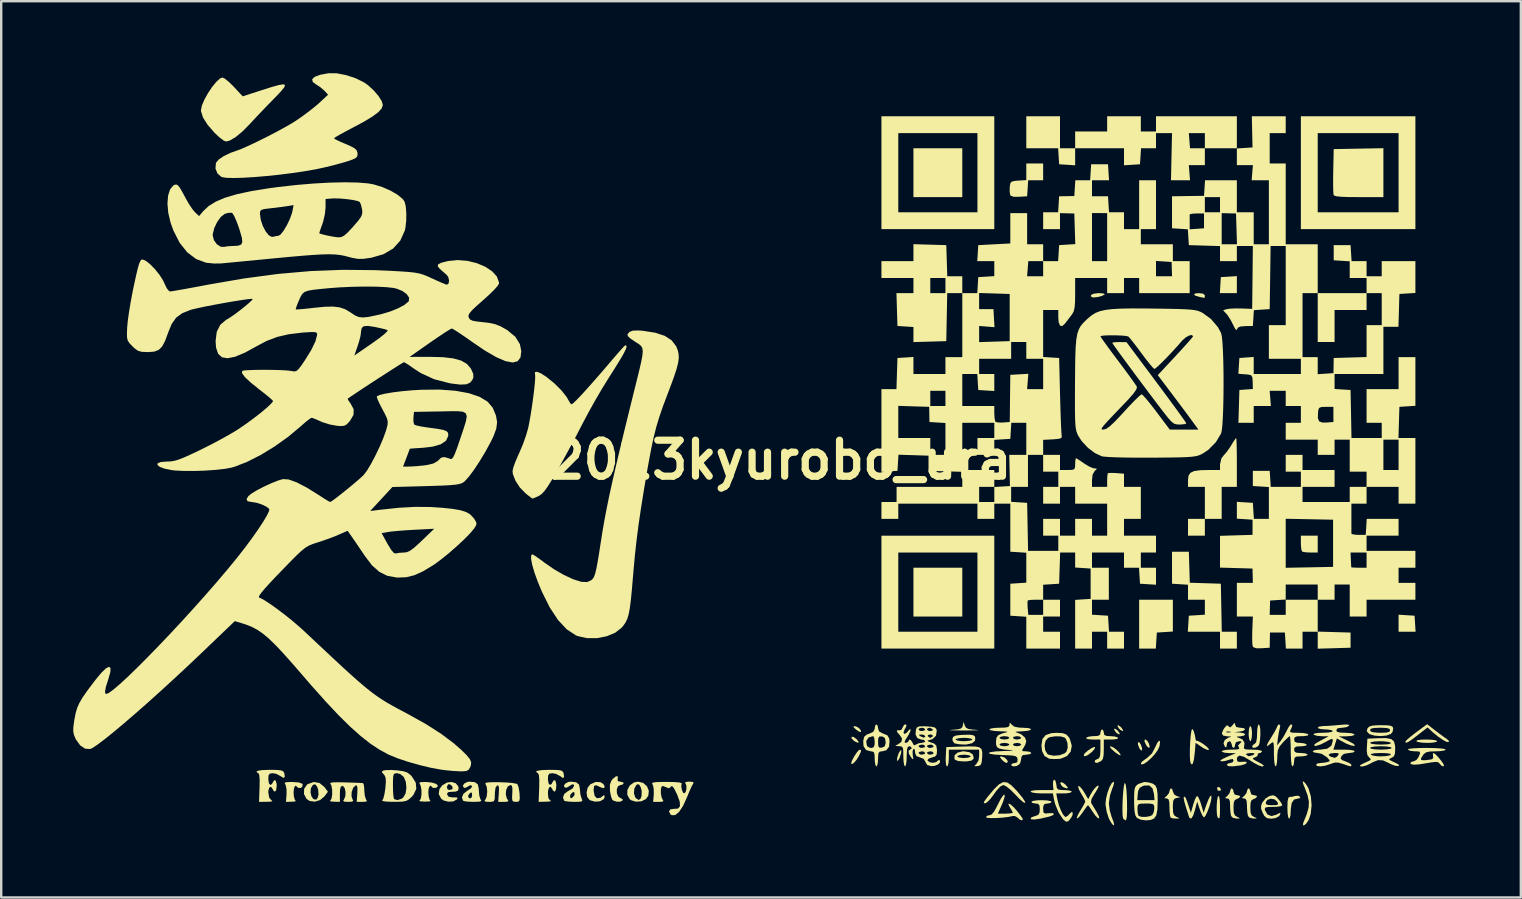
<source format=kicad_pcb>
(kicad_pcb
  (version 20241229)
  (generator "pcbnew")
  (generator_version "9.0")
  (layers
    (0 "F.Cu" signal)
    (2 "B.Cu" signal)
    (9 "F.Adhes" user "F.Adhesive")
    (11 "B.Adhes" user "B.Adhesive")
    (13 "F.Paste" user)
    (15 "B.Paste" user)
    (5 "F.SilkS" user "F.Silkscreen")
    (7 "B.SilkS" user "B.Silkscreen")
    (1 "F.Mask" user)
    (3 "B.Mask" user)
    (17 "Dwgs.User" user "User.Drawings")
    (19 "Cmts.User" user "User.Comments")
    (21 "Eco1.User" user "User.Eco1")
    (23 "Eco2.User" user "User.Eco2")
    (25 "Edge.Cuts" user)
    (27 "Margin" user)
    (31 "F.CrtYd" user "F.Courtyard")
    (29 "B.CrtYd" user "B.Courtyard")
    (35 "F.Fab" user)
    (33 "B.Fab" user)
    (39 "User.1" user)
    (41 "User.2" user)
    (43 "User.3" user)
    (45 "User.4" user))
  (footprint "2023kyurobo_ura"
    (layer "F.Cu")
    (at 29.456 16.107)
    (property "Reference" "2023kyurobo_ura" (at 0 0 0) (layer "F.SilkS") (effects (font (size 1.5 1.5) (thickness 0.3))))
    (attr board_only exclude_from_pos_files exclude_from_bom)
    (fp_poly (pts (xy 18.321 13.662) (xy 18.355 13.749) (xy 18.324 13.781) (xy 18.229 13.775) (xy 18.206 13.749) (xy 18.189 13.649) (xy 18.257 13.623)) (stroke (width 0) (type solid)) (fill yes) (layer "F.SilkS"))
    (fp_poly (pts (xy 7.578 -11.963) (xy 7.578 -10.946) (xy 6.56 -10.946) (xy 5.543 -10.946) (xy 5.543 -11.963) (xy 5.543 -12.981) (xy 6.56 -12.981) (xy 7.578 -12.981)) (stroke (width 0) (type solid)) (fill yes) (layer "F.SilkS"))
    (fp_poly (pts (xy 7.578 5.508) (xy 7.578 6.525) (xy 6.56 6.525) (xy 5.543 6.525) (xy 5.543 5.508) (xy 5.543 4.491) (xy 6.56 4.491) (xy 7.578 4.491)) (stroke (width 0) (type solid)) (fill yes) (layer "F.SilkS"))
    (fp_poly (pts (xy 14.021 11.249) (xy 14.068 11.296) (xy 14.137 11.397) (xy 14.123 11.437) (xy 14.022 11.389) (xy 13.962 11.33) (xy 13.897 11.221) (xy 13.927 11.191)) (stroke (width 0) (type solid)) (fill yes) (layer "F.SilkS"))
    (fp_poly (pts (xy 14.161 11.109) (xy 14.208 11.156) (xy 14.277 11.257) (xy 14.263 11.297) (xy 14.162 11.248) (xy 14.102 11.19) (xy 14.038 11.081) (xy 14.067 11.051)) (stroke (width 0) (type solid)) (fill yes) (layer "F.SilkS"))
    (fp_poly (pts (xy 15.008 11.845) (xy 15.064 11.997) (xy 15.067 12.09) (xy 15.02 12.102) (xy 14.953 12.012) (xy 14.897 11.859) (xy 14.894 11.767) (xy 14.941 11.755)) (stroke (width 0) (type solid)) (fill yes) (layer "F.SilkS"))
    (fp_poly (pts (xy 19.015 -7.301) (xy 19.015 -6.946) (xy 18.66 -6.946) (xy 18.306 -6.946) (xy 18.327 -7.28) (xy 18.348 -7.613) (xy 18.682 -7.634) (xy 19.015 -7.656)) (stroke (width 0) (type solid)) (fill yes) (layer "F.SilkS"))
    (fp_poly (pts (xy 26.084 6.469) (xy 26.417 6.49) (xy 26.439 6.824) (xy 26.46 7.157) (xy 26.106 7.157) (xy 25.751 7.157) (xy 25.751 6.802) (xy 25.751 6.448)) (stroke (width 0) (type solid)) (fill yes) (layer "F.SilkS"))
    (fp_poly (pts (xy 3.048 11.54) (xy 3.169 11.628) (xy 3.175 11.634) (xy 3.262 11.746) (xy 3.242 11.786) (xy 3.135 11.745) (xy 3.048 11.688) (xy 2.964 11.594) (xy 2.967 11.534)) (stroke (width 0) (type solid)) (fill yes) (layer "F.SilkS"))
    (fp_poly (pts (xy 9.336 12.396) (xy 9.446 12.5) (xy 9.472 12.574) (xy 9.432 12.629) (xy 9.331 12.585) (xy 9.227 12.49) (xy 9.149 12.387) (xy 9.173 12.351) (xy 9.202 12.349)) (stroke (width 0) (type solid)) (fill yes) (layer "F.SilkS"))
    (fp_poly (pts (xy 11.791 13.458) (xy 11.876 13.528) (xy 11.969 13.635) (xy 11.96 13.678) (xy 11.917 13.682) (xy 11.781 13.632) (xy 11.716 13.575) (xy 11.656 13.464) (xy 11.691 13.422)) (stroke (width 0) (type solid)) (fill yes) (layer "F.SilkS"))
    (fp_poly (pts (xy 15.284 11.704) (xy 15.354 11.823) (xy 15.388 11.959) (xy 15.348 11.996) (xy 15.264 11.922) (xy 15.228 11.863) (xy 15.163 11.714) (xy 15.18 11.653) (xy 15.215 11.648)) (stroke (width 0) (type solid)) (fill yes) (layer "F.SilkS"))
    (fp_poly (pts (xy 3.21 11.126) (xy 3.315 11.212) (xy 3.364 11.302) (xy 3.353 11.335) (xy 3.281 11.32) (xy 3.156 11.236) (xy 3.15 11.231) (xy 3.048 11.133) (xy 3.058 11.093) (xy 3.096 11.089)) (stroke (width 0) (type solid)) (fill yes) (layer "F.SilkS"))
    (fp_poly (pts (xy 5.029 12.207) (xy 5.021 12.244) (xy 4.963 12.417) (xy 4.898 12.525) (xy 4.854 12.533) (xy 4.864 12.421) (xy 4.872 12.384) (xy 4.931 12.211) (xy 4.996 12.104) (xy 5.039 12.095)) (stroke (width 0) (type solid)) (fill yes) (layer "F.SilkS"))
    (fp_poly (pts (xy 13.107 11.961) (xy 13.092 12.033) (xy 12.993 12.149) (xy 12.959 12.18) (xy 12.786 12.308) (xy 12.671 12.348) (xy 12.634 12.297) (xy 12.687 12.214) (xy 12.809 12.108) (xy 12.951 12.012) (xy 13.068 11.958)) (stroke (width 0) (type solid)) (fill yes) (layer "F.SilkS"))
    (fp_poly (pts (xy 13.859 11.97) (xy 13.989 12.065) (xy 14.106 12.18) (xy 14.17 12.276) (xy 14.167 12.308) (xy 14.101 12.286) (xy 13.968 12.195) (xy 13.892 12.135) (xy 13.755 12.005) (xy 13.731 11.938) (xy 13.758 11.93)) (stroke (width 0) (type solid)) (fill yes) (layer "F.SilkS"))
    (fp_poly (pts (xy 17.609 -6.926) (xy 17.68 -6.86) (xy 17.682 -6.841) (xy 17.672 -6.753) (xy 17.664 -6.745) (xy 17.59 -6.764) (xy 17.471 -6.786) (xy 17.291 -6.837) (xy 17.228 -6.893) (xy 17.288 -6.934) (xy 17.422 -6.946)) (stroke (width 0) (type solid)) (fill yes) (layer "F.SilkS"))
    (fp_poly (pts (xy 13.448 -6.934) (xy 13.512 -6.902) (xy 13.503 -6.886) (xy 13.389 -6.829) (xy 13.218 -6.785) (xy 13.053 -6.766) (xy 12.956 -6.784) (xy 12.956 -6.784) (xy 12.935 -6.863) (xy 13.036 -6.92) (xy 13.239 -6.946) (xy 13.28 -6.946)) (stroke (width 0) (type solid)) (fill yes) (layer "F.SilkS"))
    (fp_poly (pts (xy 16.349 6.486) (xy 16.349 7.149) (xy 16.015 7.171) (xy 15.682 7.192) (xy 15.661 7.525) (xy 15.639 7.859) (xy 15.292 7.859) (xy 14.945 7.859) (xy 14.945 6.841) (xy 14.945 5.824) (xy 15.647 5.824) (xy 16.349 5.824)) (stroke (width 0) (type solid)) (fill yes) (layer "F.SilkS"))
    (fp_poly (pts (xy 19.618 11.149) (xy 19.643 11.308) (xy 19.646 11.402) (xy 19.632 11.59) (xy 19.597 11.703) (xy 19.576 11.718) (xy 19.534 11.655) (xy 19.509 11.496) (xy 19.506 11.402) (xy 19.52 11.214) (xy 19.555 11.101) (xy 19.576 11.086)) (stroke (width 0) (type solid)) (fill yes) (layer "F.SilkS"))
    (fp_poly (pts (xy 22.383 3.508) (xy 22.383 3.859) (xy 22.079 3.859) (xy 21.882 3.849) (xy 21.75 3.824) (xy 21.728 3.812) (xy 21.699 3.719) (xy 21.683 3.54) (xy 21.681 3.462) (xy 21.681 3.157) (xy 22.032 3.157) (xy 22.383 3.157)) (stroke (width 0) (type solid)) (fill yes) (layer "F.SilkS"))
    (fp_poly (pts (xy 27.144 11.657) (xy 27.309 11.683) (xy 27.365 11.718) (xy 27.301 11.755) (xy 27.134 11.781) (xy 26.948 11.788) (xy 26.718 11.777) (xy 26.549 11.748) (xy 26.488 11.718) (xy 26.526 11.678) (xy 26.691 11.654) (xy 26.904 11.648)) (stroke (width 0) (type solid)) (fill yes) (layer "F.SilkS"))
    (fp_poly (pts (xy 3.359 12.088) (xy 3.349 12.167) (xy 3.27 12.335) (xy 3.267 12.34) (xy 3.168 12.499) (xy 3.063 12.619) (xy 2.98 12.675) (xy 2.947 12.642) (xy 2.982 12.529) (xy 3.066 12.368) (xy 3.169 12.207) (xy 3.263 12.094) (xy 3.305 12.069)) (stroke (width 0) (type solid)) (fill yes) (layer "F.SilkS"))
    (fp_poly (pts (xy 18.282 14.037) (xy 18.306 14.204) (xy 18.313 14.45) (xy 18.311 14.72) (xy 18.302 14.873) (xy 18.281 14.932) (xy 18.243 14.92) (xy 18.22 14.899) (xy 18.189 14.799) (xy 18.175 14.615) (xy 18.176 14.393) (xy 18.192 14.184) (xy 18.22 14.037) (xy 18.243 13.998)) (stroke (width 0) (type solid)) (fill yes) (layer "F.SilkS"))
    (fp_poly (pts (xy 25.119 -11.965) (xy 25.119 -10.946) (xy 24.1 -10.946) (xy 23.674 -10.949) (xy 23.373 -10.96) (xy 23.178 -10.979) (xy 23.074 -11.009) (xy 23.045 -11.037) (xy 23.033 -11.139) (xy 23.026 -11.351) (xy 23.025 -11.644) (xy 23.029 -11.988) (xy 23.03 -12.037) (xy 23.049 -12.946) (xy 24.084 -12.965) (xy 25.119 -12.984)) (stroke (width 0) (type solid)) (fill yes) (layer "F.SilkS"))
    (fp_poly (pts (xy 15.816 11.725) (xy 15.803 11.872) (xy 15.784 11.947) (xy 15.712 12.1) (xy 15.587 12.27) (xy 15.433 12.435) (xy 15.275 12.574) (xy 15.137 12.665) (xy 15.043 12.687) (xy 15.015 12.637) (xy 15.07 12.564) (xy 15.207 12.462) (xy 15.252 12.434) (xy 15.477 12.23) (xy 15.612 11.972) (xy 15.704 11.778) (xy 15.777 11.695)) (stroke (width 0) (type solid)) (fill yes) (layer "F.SilkS"))
    (fp_poly (pts (xy 19.968 11.078) (xy 19.991 11.235) (xy 19.995 11.442) (xy 19.982 11.654) (xy 19.952 11.829) (xy 19.913 11.914) (xy 19.796 11.985) (xy 19.688 11.991) (xy 19.646 11.936) (xy 19.702 11.859) (xy 19.752 11.833) (xy 19.819 11.757) (xy 19.851 11.582) (xy 19.857 11.404) (xy 19.868 11.192) (xy 19.898 11.051) (xy 19.927 11.016)) (stroke (width 0) (type solid)) (fill yes) (layer "F.SilkS"))
    (fp_poly (pts (xy 14.382 13.513) (xy 14.41 13.696) (xy 14.43 13.986) (xy 14.439 14.226) (xy 14.442 14.623) (xy 14.429 14.883) (xy 14.4 15.005) (xy 14.384 15.015) (xy 14.294 14.96) (xy 14.274 14.923) (xy 14.255 14.8) (xy 14.248 14.588) (xy 14.252 14.325) (xy 14.265 14.045) (xy 14.285 13.784) (xy 14.31 13.579) (xy 14.338 13.466) (xy 14.349 13.454)) (stroke (width 0) (type solid)) (fill yes) (layer "F.SilkS"))
    (fp_poly (pts (xy 8.911 -11.963) (xy 8.911 -9.613) (xy 6.56 -9.613) (xy 4.21 -9.613) (xy 4.21 -11.963) (xy 4.21 -13.612) (xy 4.912 -13.612) (xy 4.912 -11.963) (xy 4.912 -10.314) (xy 6.56 -10.314) (xy 8.209 -10.314) (xy 8.209 -11.963) (xy 8.209 -13.612) (xy 6.56 -13.612) (xy 4.912 -13.612) (xy 4.21 -13.612) (xy 4.21 -14.314) (xy 6.56 -14.314) (xy 8.911 -14.314)) (stroke (width 0) (type solid)) (fill yes) (layer "F.SilkS"))
    (fp_poly (pts (xy 8.911 5.508) (xy 8.911 7.859) (xy 6.56 7.859) (xy 4.21 7.859) (xy 4.21 5.508) (xy 4.21 3.859) (xy 4.912 3.859) (xy 4.912 5.508) (xy 4.912 7.157) (xy 6.56 7.157) (xy 8.209 7.157) (xy 8.209 5.508) (xy 8.209 3.859) (xy 6.56 3.859) (xy 4.912 3.859) (xy 4.21 3.859) (xy 4.21 3.157) (xy 6.56 3.157) (xy 8.911 3.157)) (stroke (width 0) (type solid)) (fill yes) (layer "F.SilkS"))
    (fp_poly (pts (xy 21.63 14.024) (xy 21.66 14.086) (xy 21.569 14.103) (xy 21.398 14.148) (xy 21.299 14.291) (xy 21.261 14.548) (xy 21.26 14.609) (xy 21.247 14.804) (xy 21.214 14.926) (xy 21.19 14.945) (xy 21.153 14.881) (xy 21.128 14.71) (xy 21.12 14.486) (xy 21.129 14.219) (xy 21.159 14.076) (xy 21.208 14.041) (xy 21.343 14.027) (xy 21.423 14) (xy 21.572 13.989)) (stroke (width 0) (type solid)) (fill yes) (layer "F.SilkS"))
    (fp_poly (pts (xy 26.452 -11.963) (xy 26.452 -9.613) (xy 24.067 -9.613) (xy 21.681 -9.613) (xy 21.681 -11.963) (xy 21.681 -13.612) (xy 22.383 -13.612) (xy 22.383 -11.963) (xy 22.383 -10.314) (xy 24.067 -10.314) (xy 25.751 -10.314) (xy 25.751 -11.963) (xy 25.751 -13.612) (xy 24.067 -13.612) (xy 22.383 -13.612) (xy 21.681 -13.612) (xy 21.681 -14.314) (xy 24.067 -14.314) (xy 26.452 -14.314)) (stroke (width 0) (type solid)) (fill yes) (layer "F.SilkS"))
    (fp_poly (pts (xy 7.682 11.065) (xy 7.73 11.154) (xy 7.825 11.205) (xy 8.002 11.233) (xy 8.164 11.245) (xy 8.255 11.254) (xy 8.217 11.261) (xy 8.063 11.266) (xy 7.805 11.269) (xy 7.648 11.27) (xy 7.345 11.268) (xy 7.14 11.264) (xy 7.046 11.257) (xy 7.074 11.249) (xy 7.135 11.245) (xy 7.377 11.225) (xy 7.514 11.192) (xy 7.578 11.133) (xy 7.6 11.065) (xy 7.63 10.911)) (stroke (width 0) (type solid)) (fill yes) (layer "F.SilkS"))
    (fp_poly (pts (xy 21.852 13.452) (xy 21.938 13.572) (xy 22.003 13.696) (xy 22.098 14.022) (xy 22.128 14.392) (xy 22.091 14.748) (xy 22.006 14.998) (xy 21.913 15.138) (xy 21.826 15.217) (xy 21.77 15.223) (xy 21.774 15.14) (xy 21.788 15.103) (xy 21.928 14.752) (xy 22.004 14.478) (xy 22.016 14.236) (xy 21.963 13.979) (xy 21.845 13.66) (xy 21.788 13.524) (xy 21.755 13.41) (xy 21.784 13.392)) (stroke (width 0) (type solid)) (fill yes) (layer "F.SilkS"))
    (fp_poly (pts (xy 10.946 -11.998) (xy 10.946 -11.648) (xy 10.634 -11.648) (xy 10.322 -11.648) (xy 10.301 -11.314) (xy 10.279 -10.981) (xy 9.945 -10.96) (xy 9.717 -10.96) (xy 9.598 -11.002) (xy 9.572 -11.041) (xy 9.551 -11.179) (xy 9.555 -11.372) (xy 9.555 -11.378) (xy 9.578 -11.52) (xy 9.635 -11.592) (xy 9.769 -11.623) (xy 9.911 -11.634) (xy 10.244 -11.655) (xy 10.244 -12.002) (xy 10.244 -12.349) (xy 10.595 -12.349) (xy 10.946 -12.349)) (stroke (width 0) (type solid)) (fill yes) (layer "F.SilkS"))
    (fp_poly (pts (xy 27.283 11.276) (xy 27.489 11.432) (xy 27.668 11.562) (xy 27.759 11.622) (xy 27.844 11.703) (xy 27.842 11.752) (xy 27.758 11.747) (xy 27.599 11.665) (xy 27.394 11.523) (xy 27.172 11.34) (xy 27.144 11.314) (xy 26.958 11.143) (xy 26.547 11.466) (xy 26.3 11.653) (xy 26.142 11.756) (xy 26.058 11.783) (xy 26.032 11.74) (xy 26.031 11.735) (xy 26.084 11.672) (xy 26.224 11.55) (xy 26.423 11.393) (xy 26.486 11.346) (xy 26.94 11.01)) (stroke (width 0) (type solid)) (fill yes) (layer "F.SilkS"))
    (fp_poly (pts (xy 13.901 13.458) (xy 13.862 13.601) (xy 13.821 13.7) (xy 13.734 13.965) (xy 13.688 14.25) (xy 13.685 14.314) (xy 13.717 14.586) (xy 13.796 14.867) (xy 13.821 14.928) (xy 13.886 15.101) (xy 13.902 15.209) (xy 13.886 15.226) (xy 13.818 15.168) (xy 13.726 15.02) (xy 13.68 14.928) (xy 13.594 14.663) (xy 13.547 14.377) (xy 13.545 14.314) (xy 13.568 14.095) (xy 13.629 13.854) (xy 13.711 13.632) (xy 13.801 13.468) (xy 13.884 13.402) (xy 13.886 13.402)) (stroke (width 0) (type solid)) (fill yes) (layer "F.SilkS"))
    (fp_poly (pts (xy -20.321 13.417) (xy -20.057 13.436) (xy -19.919 13.488) (xy -19.897 13.519) (xy -19.919 13.622) (xy -19.977 13.663) (xy -20.088 13.662) (xy -20.122 13.624) (xy -20.186 13.572) (xy -20.214 13.581) (xy -20.261 13.677) (xy -20.277 13.846) (xy -20.263 14.028) (xy -20.223 14.164) (xy -20.19 14.197) (xy -20.192 14.221) (xy -20.304 14.236) (xy -20.349 14.238) (xy -20.595 14.244) (xy -20.569 13.926) (xy -20.571 13.711) (xy -20.605 13.547) (xy -20.625 13.511) (xy -20.651 13.455) (xy -20.592 13.426) (xy -20.426 13.416)) (stroke (width 0) (type solid)) (fill yes) (layer "F.SilkS"))
    (fp_poly (pts (xy -6.773 13.272) (xy -6.783 13.303) (xy -6.765 13.384) (xy -6.673 13.402) (xy -6.555 13.43) (xy -6.525 13.472) (xy -6.584 13.529) (xy -6.666 13.542) (xy -6.768 13.598) (xy -6.815 13.732) (xy -6.809 13.893) (xy -6.748 14.028) (xy -6.667 14.083) (xy -6.571 14.137) (xy -6.565 14.181) (xy -6.668 14.236) (xy -6.826 14.235) (xy -6.968 14.185) (xy -7 14.156) (xy -7.05 14.035) (xy -7.09 13.837) (xy -7.099 13.758) (xy -7.101 13.528) (xy -7.043 13.368) (xy -6.978 13.285) (xy -6.851 13.181) (xy -6.775 13.177)) (stroke (width 0) (type solid)) (fill yes) (layer "F.SilkS"))
    (fp_poly (pts (xy 9.442 13.434) (xy 9.616 13.548) (xy 9.825 13.759) (xy 9.885 13.827) (xy 10.087 14.072) (xy 10.189 14.231) (xy 10.197 14.295) (xy 10.116 14.258) (xy 9.952 14.113) (xy 9.791 13.945) (xy 9.593 13.747) (xy 9.418 13.605) (xy 9.296 13.543) (xy 9.286 13.542) (xy 9.158 13.606) (xy 8.994 13.788) (xy 8.908 13.91) (xy 8.76 14.108) (xy 8.62 14.252) (xy 8.533 14.303) (xy 8.472 14.298) (xy 8.489 14.234) (xy 8.591 14.091) (xy 8.638 14.031) (xy 8.9 13.717) (xy 9.107 13.515) (xy 9.28 13.422)) (stroke (width 0) (type solid)) (fill yes) (layer "F.SilkS"))
    (fp_poly (pts (xy -14.51 13.442) (xy -14.344 13.494) (xy -14.266 13.561) (xy -14.297 13.63) (xy -14.354 13.659) (xy -14.473 13.664) (xy -14.509 13.624) (xy -14.573 13.572) (xy -14.6 13.581) (xy -14.648 13.677) (xy -14.664 13.846) (xy -14.65 14.028) (xy -14.609 14.164) (xy -14.577 14.197) (xy -14.585 14.218) (xy -14.705 14.231) (xy -14.805 14.233) (xy -14.972 14.226) (xy -15.044 14.209) (xy -15.033 14.197) (xy -14.977 14.109) (xy -14.949 13.938) (xy -14.952 13.739) (xy -14.984 13.566) (xy -15.026 13.49) (xy -15.04 13.442) (xy -14.947 13.42) (xy -14.744 13.417)) (stroke (width 0) (type solid)) (fill yes) (layer "F.SilkS"))
    (fp_poly (pts (xy -7.49 13.425) (xy -7.366 13.509) (xy -7.312 13.624) (xy -7.364 13.675) (xy -7.493 13.637) (xy -7.51 13.627) (xy -7.674 13.55) (xy -7.759 13.583) (xy -7.779 13.737) (xy -7.775 13.805) (xy -7.735 13.999) (xy -7.649 14.085) (xy -7.621 14.092) (xy -7.484 14.071) (xy -7.432 14.025) (xy -7.357 13.969) (xy -7.326 13.981) (xy -7.324 14.066) (xy -7.366 14.137) (xy -7.515 14.221) (xy -7.725 14.235) (xy -7.931 14.176) (xy -7.946 14.168) (xy -8.047 14.038) (xy -8.072 13.847) (xy -8.025 13.651) (xy -7.913 13.511) (xy -7.694 13.415)) (stroke (width 0) (type solid)) (fill yes) (layer "F.SilkS"))
    (fp_poly (pts (xy 8.138 11.941) (xy 8.297 11.977) (xy 8.38 12.051) (xy 8.41 12.174) (xy 8.407 12.355) (xy 8.406 12.369) (xy 8.387 12.585) (xy 8.349 12.698) (xy 8.274 12.744) (xy 8.209 12.755) (xy 8.091 12.761) (xy 8.098 12.726) (xy 8.157 12.677) (xy 8.253 12.52) (xy 8.28 12.324) (xy 8.28 12.069) (xy 7.648 12.069) (xy 7.017 12.069) (xy 7.017 12.419) (xy 7.003 12.625) (xy 6.969 12.75) (xy 6.943 12.77) (xy 6.902 12.704) (xy 6.887 12.522) (xy 6.89 12.367) (xy 6.911 11.963) (xy 7.508 11.943) (xy 7.882 11.933)) (stroke (width 0) (type solid)) (fill yes) (layer "F.SilkS"))
    (fp_poly (pts (xy -5.71 13.457) (xy -5.554 13.598) (xy -5.479 13.786) (xy -5.501 13.985) (xy -5.601 14.128) (xy -5.788 14.22) (xy -6.016 14.237) (xy -6.218 14.176) (xy -6.275 14.133) (xy -6.378 13.947) (xy -6.376 13.885) (xy -6.099 13.885) (xy -6.046 14.057) (xy -6.02 14.089) (xy -5.904 14.167) (xy -5.825 14.116) (xy -5.781 13.993) (xy -5.776 13.789) (xy -5.817 13.635) (xy -5.888 13.517) (xy -5.963 13.516) (xy -6.001 13.543) (xy -6.083 13.689) (xy -6.099 13.885) (xy -6.376 13.885) (xy -6.371 13.743) (xy -6.271 13.559) (xy -6.097 13.434) (xy -5.929 13.402)) (stroke (width 0) (type solid)) (fill yes) (layer "F.SilkS"))
    (fp_poly (pts (xy 7.876 12.176) (xy 8.02 12.274) (xy 8.055 12.414) (xy 8.044 12.454) (xy 7.963 12.524) (xy 7.775 12.556) (xy 7.648 12.56) (xy 7.405 12.543) (xy 7.277 12.491) (xy 7.252 12.454) (xy 7.255 12.349) (xy 7.367 12.349) (xy 7.43 12.393) (xy 7.585 12.418) (xy 7.648 12.419) (xy 7.824 12.404) (xy 7.922 12.365) (xy 7.929 12.349) (xy 7.866 12.305) (xy 7.711 12.281) (xy 7.648 12.279) (xy 7.472 12.295) (xy 7.375 12.333) (xy 7.367 12.349) (xy 7.255 12.349) (xy 7.256 12.306) (xy 7.375 12.195) (xy 7.585 12.141) (xy 7.648 12.139)) (stroke (width 0) (type solid)) (fill yes) (layer "F.SilkS"))
    (fp_poly (pts (xy 17.211 11.279) (xy 17.26 11.439) (xy 17.268 11.487) (xy 17.297 11.642) (xy 17.318 11.704) (xy 17.321 11.699) (xy 17.379 11.702) (xy 17.514 11.77) (xy 17.61 11.83) (xy 17.766 11.95) (xy 17.849 12.046) (xy 17.852 12.077) (xy 17.778 12.078) (xy 17.633 12.011) (xy 17.555 11.962) (xy 17.296 11.785) (xy 17.261 12.202) (xy 17.226 12.481) (xy 17.182 12.646) (xy 17.13 12.687) (xy 17.084 12.617) (xy 17.064 12.492) (xy 17.056 12.282) (xy 17.059 12.024) (xy 17.071 11.753) (xy 17.09 11.504) (xy 17.116 11.312) (xy 17.145 11.213) (xy 17.156 11.207)) (stroke (width 0) (type solid)) (fill yes) (layer "F.SilkS"))
    (fp_poly (pts (xy -19.197 13.459) (xy -18.994 13.625) (xy -18.991 13.63) (xy -18.847 13.823) (xy -18.991 14.016) (xy -19.173 14.17) (xy -19.396 14.236) (xy -19.612 14.206) (xy -19.738 14.119) (xy -19.845 13.916) (xy -19.842 13.846) (xy -19.571 13.846) (xy -19.533 14.012) (xy -19.452 14.129) (xy -19.338 14.153) (xy -19.333 14.151) (xy -19.272 14.071) (xy -19.239 13.944) (xy -19.252 13.742) (xy -19.296 13.611) (xy -19.374 13.512) (xy -19.458 13.532) (xy -19.476 13.546) (xy -19.556 13.676) (xy -19.571 13.846) (xy -19.842 13.846) (xy -19.837 13.703) (xy -19.719 13.528) (xy -19.686 13.503) (xy -19.44 13.416)) (stroke (width 0) (type solid)) (fill yes) (layer "F.SilkS"))
    (fp_poly (pts (xy 14.419 -4.904) (xy 15.665 -3.236) (xy 15.979 -2.814) (xy 16.264 -2.427) (xy 16.51 -2.092) (xy 16.705 -1.821) (xy 16.841 -1.629) (xy 16.906 -1.53) (xy 16.91 -1.521) (xy 16.848 -1.491) (xy 16.693 -1.475) (xy 16.634 -1.473) (xy 16.501 -1.48) (xy 16.394 -1.514) (xy 16.286 -1.597) (xy 16.15 -1.749) (xy 15.96 -1.991) (xy 15.94 -2.017) (xy 15.699 -2.332) (xy 15.432 -2.686) (xy 15.15 -3.061) (xy 14.866 -3.442) (xy 14.593 -3.81) (xy 14.343 -4.149) (xy 14.128 -4.442) (xy 13.961 -4.673) (xy 13.856 -4.823) (xy 13.823 -4.877) (xy 13.885 -4.897) (xy 14.042 -4.908) (xy 14.121 -4.908)) (stroke (width 0) (type solid)) (fill yes) (layer "F.SilkS"))
    (fp_poly (pts (xy 8.034 11.468) (xy 8.104 11.521) (xy 8.113 11.54) (xy 8.113 11.692) (xy 7.991 11.8) (xy 7.762 11.853) (xy 7.657 11.857) (xy 7.441 11.844) (xy 7.276 11.812) (xy 7.238 11.796) (xy 7.17 11.685) (xy 7.169 11.648) (xy 7.297 11.648) (xy 7.36 11.688) (xy 7.522 11.713) (xy 7.648 11.718) (xy 7.848 11.705) (xy 7.975 11.673) (xy 7.999 11.648) (xy 7.936 11.607) (xy 7.774 11.582) (xy 7.648 11.577) (xy 7.448 11.59) (xy 7.321 11.622) (xy 7.297 11.648) (xy 7.169 11.648) (xy 7.168 11.604) (xy 7.206 11.529) (xy 7.304 11.484) (xy 7.494 11.459) (xy 7.632 11.451) (xy 7.887 11.447)) (stroke (width 0) (type solid)) (fill yes) (layer "F.SilkS"))
    (fp_poly (pts (xy 17.035 4.47) (xy 17.055 5.117) (xy 17.702 5.137) (xy 18.348 5.157) (xy 18.368 6.157) (xy 18.387 7.157) (xy 18.701 7.157) (xy 19.015 7.157) (xy 19.015 7.508) (xy 19.015 7.859) (xy 18.664 7.859) (xy 18.313 7.859) (xy 18.313 7.508) (xy 18.313 7.157) (xy 17.643 7.157) (xy 16.972 7.157) (xy 16.994 6.824) (xy 17.015 6.49) (xy 17.348 6.469) (xy 17.682 6.448) (xy 17.682 6.136) (xy 17.682 5.824) (xy 17.331 5.824) (xy 16.98 5.824) (xy 16.98 5.512) (xy 16.98 5.2) (xy 16.647 5.179) (xy 16.314 5.157) (xy 16.314 4.491) (xy 16.314 3.824) (xy 16.664 3.824) (xy 17.015 3.824)) (stroke (width 0) (type solid)) (fill yes) (layer "F.SilkS"))
    (fp_poly (pts (xy 18.861 13.741) (xy 18.875 13.823) (xy 18.924 13.94) (xy 19.015 13.963) (xy 19.129 13.989) (xy 19.155 14.025) (xy 19.097 14.09) (xy 19.015 14.124) (xy 18.926 14.173) (xy 18.884 14.287) (xy 18.875 14.485) (xy 18.886 14.695) (xy 18.934 14.81) (xy 19.032 14.873) (xy 19.137 14.919) (xy 19.115 14.936) (xy 19.005 14.941) (xy 18.845 14.905) (xy 18.777 14.834) (xy 18.75 14.697) (xy 18.735 14.489) (xy 18.734 14.413) (xy 18.723 14.214) (xy 18.68 14.121) (xy 18.611 14.101) (xy 18.527 14.092) (xy 18.557 14.048) (xy 18.611 14.006) (xy 18.711 13.881) (xy 18.734 13.797) (xy 18.769 13.698) (xy 18.804 13.682)) (stroke (width 0) (type solid)) (fill yes) (layer "F.SilkS"))
    (fp_poly (pts (xy 19.563 13.741) (xy 19.576 13.823) (xy 19.626 13.94) (xy 19.717 13.963) (xy 19.831 13.989) (xy 19.857 14.025) (xy 19.799 14.09) (xy 19.717 14.124) (xy 19.628 14.173) (xy 19.586 14.287) (xy 19.576 14.485) (xy 19.588 14.695) (xy 19.635 14.81) (xy 19.734 14.873) (xy 19.839 14.919) (xy 19.816 14.936) (xy 19.707 14.941) (xy 19.547 14.905) (xy 19.479 14.834) (xy 19.452 14.697) (xy 19.437 14.489) (xy 19.436 14.413) (xy 19.424 14.214) (xy 19.381 14.121) (xy 19.313 14.101) (xy 19.229 14.092) (xy 19.258 14.048) (xy 19.313 14.006) (xy 19.413 13.881) (xy 19.436 13.797) (xy 19.471 13.698) (xy 19.506 13.682)) (stroke (width 0) (type solid)) (fill yes) (layer "F.SilkS"))
    (fp_poly (pts (xy 11.1 14.184) (xy 11.252 14.212) (xy 11.297 14.244) (xy 11.237 14.296) (xy 11.121 14.314) (xy 10.998 14.335) (xy 10.951 14.428) (xy 10.946 14.532) (xy 10.958 14.682) (xy 11.025 14.73) (xy 11.159 14.719) (xy 11.344 14.713) (xy 11.401 14.751) (xy 11.33 14.812) (xy 11.176 14.865) (xy 10.814 14.947) (xy 10.573 14.981) (xy 10.445 14.968) (xy 10.422 14.949) (xy 10.454 14.893) (xy 10.583 14.843) (xy 10.594 14.84) (xy 10.74 14.789) (xy 10.797 14.689) (xy 10.806 14.554) (xy 10.792 14.39) (xy 10.73 14.324) (xy 10.63 14.314) (xy 10.498 14.29) (xy 10.455 14.244) (xy 10.519 14.206) (xy 10.686 14.181) (xy 10.876 14.173)) (stroke (width 0) (type solid)) (fill yes) (layer "F.SilkS"))
    (fp_poly (pts (xy 16.337 13.741) (xy 16.349 13.814) (xy 16.409 13.94) (xy 16.506 13.999) (xy 16.664 14.051) (xy 16.506 14.082) (xy 16.411 14.118) (xy 16.364 14.204) (xy 16.349 14.378) (xy 16.349 14.461) (xy 16.358 14.679) (xy 16.399 14.799) (xy 16.486 14.864) (xy 16.506 14.873) (xy 16.613 14.92) (xy 16.59 14.937) (xy 16.483 14.941) (xy 16.329 14.928) (xy 16.255 14.899) (xy 16.229 14.807) (xy 16.212 14.623) (xy 16.208 14.478) (xy 16.2 14.255) (xy 16.17 14.141) (xy 16.106 14.103) (xy 16.085 14.101) (xy 16.001 14.092) (xy 16.031 14.048) (xy 16.085 14.006) (xy 16.186 13.881) (xy 16.208 13.797) (xy 16.243 13.698) (xy 16.278 13.682)) (stroke (width 0) (type solid)) (fill yes) (layer "F.SilkS"))
    (fp_poly (pts (xy 25.279 11.056) (xy 25.43 11.076) (xy 25.503 11.12) (xy 25.529 11.187) (xy 25.499 11.333) (xy 25.429 11.415) (xy 25.254 11.481) (xy 25.008 11.504) (xy 24.753 11.486) (xy 24.553 11.427) (xy 24.519 11.406) (xy 24.427 11.305) (xy 24.434 11.273) (xy 24.567 11.273) (xy 24.605 11.32) (xy 24.696 11.346) (xy 24.88 11.363) (xy 25.026 11.367) (xy 25.255 11.357) (xy 25.37 11.322) (xy 25.4 11.262) (xy 25.368 11.2) (xy 25.253 11.168) (xy 25.03 11.157) (xy 24.979 11.156) (xy 24.715 11.168) (xy 24.581 11.205) (xy 24.567 11.273) (xy 24.434 11.273) (xy 24.452 11.193) (xy 24.46 11.178) (xy 24.531 11.108) (xy 24.658 11.068) (xy 24.874 11.053) (xy 25.021 11.051)) (stroke (width 0) (type solid)) (fill yes) (layer "F.SilkS"))
    (fp_poly (pts (xy -13.521 13.471) (xy -13.416 13.597) (xy -13.402 13.685) (xy -13.429 13.779) (xy -13.537 13.818) (xy -13.652 13.823) (xy -13.82 13.836) (xy -13.88 13.888) (xy -13.878 13.945) (xy -13.813 14.035) (xy -13.651 14.059) (xy -13.624 14.058) (xy -13.477 14.06) (xy -13.446 14.097) (xy -13.478 14.145) (xy -13.623 14.225) (xy -13.826 14.238) (xy -14.025 14.187) (xy -14.128 14.115) (xy -14.233 13.915) (xy -14.2 13.709) (xy -14.12 13.604) (xy -13.889 13.604) (xy -13.872 13.709) (xy -13.799 13.752) (xy -13.68 13.722) (xy -13.66 13.706) (xy -13.655 13.625) (xy -13.722 13.538) (xy -13.811 13.505) (xy -13.831 13.512) (xy -13.889 13.604) (xy -14.12 13.604) (xy -14.081 13.554) (xy -13.893 13.442) (xy -13.693 13.416)) (stroke (width 0) (type solid)) (fill yes) (layer "F.SilkS"))
    (fp_poly (pts (xy -23.139 -15.879) (xy -22.979 -15.75) (xy -22.79 -15.568) (xy -22.761 -15.536) (xy -22.396 -15.144) (xy -21.619 -15.396) (xy -21.19 -15.532) (xy -20.887 -15.616) (xy -20.703 -15.645) (xy -20.632 -15.614) (xy -20.667 -15.517) (xy -20.803 -15.351) (xy -21.031 -15.11) (xy -21.109 -15.031) (xy -21.393 -14.74) (xy -21.685 -14.435) (xy -21.948 -14.157) (xy -22.104 -13.987) (xy -22.413 -13.675) (xy -22.699 -13.441) (xy -22.943 -13.299) (xy -23.096 -13.262) (xy -23.2 -13.309) (xy -23.364 -13.434) (xy -23.554 -13.61) (xy -23.567 -13.623) (xy -23.859 -13.96) (xy -24.052 -14.266) (xy -24.133 -14.523) (xy -24.135 -14.57) (xy -24.095 -14.765) (xy -23.99 -15.012) (xy -23.841 -15.279) (xy -23.67 -15.535) (xy -23.495 -15.748) (xy -23.339 -15.889) (xy -23.24 -15.928)) (stroke (width 0) (type solid)) (fill yes) (layer "F.SilkS"))
    (fp_poly (pts (xy 9.341 14.04) (xy 9.273 14.248) (xy 9.229 14.352) (xy 9.059 14.735) (xy 9.371 14.735) (xy 9.558 14.727) (xy 9.669 14.708) (xy 9.683 14.697) (xy 9.648 14.618) (xy 9.57 14.487) (xy 9.5 14.356) (xy 9.513 14.314) (xy 9.592 14.355) (xy 9.719 14.468) (xy 9.854 14.619) (xy 9.991 14.794) (xy 10.081 14.924) (xy 10.104 14.97) (xy 10.061 15.016) (xy 9.965 14.977) (xy 9.892 14.909) (xy 9.767 14.834) (xy 9.691 14.833) (xy 9.499 14.872) (xy 9.258 14.901) (xy 9.005 14.918) (xy 8.78 14.921) (xy 8.619 14.909) (xy 8.56 14.882) (xy 8.619 14.82) (xy 8.704 14.805) (xy 8.802 14.769) (xy 8.905 14.647) (xy 9.029 14.417) (xy 9.062 14.349) (xy 9.192 14.1) (xy 9.29 13.966) (xy 9.344 13.946)) (stroke (width 0) (type solid)) (fill yes) (layer "F.SilkS"))
    (fp_poly (pts (xy -8.507 13.428) (xy -8.387 13.523) (xy -8.35 13.707) (xy -8.35 13.73) (xy -8.329 13.938) (xy -8.279 14.105) (xy -8.277 14.108) (xy -8.246 14.186) (xy -8.281 14.227) (xy -8.408 14.242) (xy -8.581 14.244) (xy -8.8 14.236) (xy -8.958 14.215) (xy -9.005 14.197) (xy -9.056 14.063) (xy -9.03 13.994) (xy -8.76 13.994) (xy -8.745 14.087) (xy -8.69 14.088) (xy -8.597 13.999) (xy -8.571 13.932) (xy -8.586 13.839) (xy -8.641 13.838) (xy -8.734 13.926) (xy -8.76 13.994) (xy -9.03 13.994) (xy -9 13.915) (xy -8.858 13.805) (xy -8.657 13.688) (xy -8.591 13.574) (xy -8.607 13.523) (xy -8.679 13.518) (xy -8.773 13.579) (xy -8.899 13.651) (xy -8.98 13.648) (xy -9.018 13.57) (xy -8.957 13.482) (xy -8.831 13.416) (xy -8.733 13.402)) (stroke (width 0) (type solid)) (fill yes) (layer "F.SilkS"))
    (fp_poly (pts (xy 11.753 11.382) (xy 11.907 11.434) (xy 12.013 11.547) (xy 12.058 11.625) (xy 12.139 11.902) (xy 12.095 12.148) (xy 11.939 12.337) (xy 11.686 12.444) (xy 11.612 12.454) (xy 11.394 12.462) (xy 11.215 12.449) (xy 11.191 12.444) (xy 11.003 12.335) (xy 10.899 12.123) (xy 10.877 11.896) (xy 11.005 11.896) (xy 11.031 12.095) (xy 11.12 12.245) (xy 11.174 12.28) (xy 11.389 12.322) (xy 11.628 12.302) (xy 11.831 12.228) (xy 11.915 12.158) (xy 11.969 11.996) (xy 11.959 11.795) (xy 11.895 11.623) (xy 11.839 11.564) (xy 11.679 11.518) (xy 11.456 11.513) (xy 11.24 11.546) (xy 11.152 11.58) (xy 11.045 11.706) (xy 11.005 11.896) (xy 10.877 11.896) (xy 10.876 11.884) (xy 10.917 11.627) (xy 11.051 11.463) (xy 11.288 11.382) (xy 11.505 11.368)) (stroke (width 0) (type solid)) (fill yes) (layer "F.SilkS"))
    (fp_poly (pts (xy 13.459 11.285) (xy 13.472 11.367) (xy 13.496 11.459) (xy 13.592 11.5) (xy 13.748 11.507) (xy 13.935 11.523) (xy 14.055 11.564) (xy 14.068 11.577) (xy 14.035 11.622) (xy 13.882 11.645) (xy 13.792 11.648) (xy 13.472 11.648) (xy 13.472 12.066) (xy 13.463 12.314) (xy 13.431 12.46) (xy 13.364 12.541) (xy 13.336 12.557) (xy 13.197 12.621) (xy 13.125 12.611) (xy 13.091 12.568) (xy 13.116 12.504) (xy 13.192 12.469) (xy 13.273 12.427) (xy 13.316 12.33) (xy 13.331 12.144) (xy 13.331 12.04) (xy 13.331 11.648) (xy 13.012 11.648) (xy 12.817 11.634) (xy 12.733 11.598) (xy 12.735 11.577) (xy 12.827 11.532) (xy 13.002 11.508) (xy 13.055 11.507) (xy 13.237 11.495) (xy 13.317 11.446) (xy 13.331 11.367) (xy 13.361 11.253) (xy 13.402 11.227)) (stroke (width 0) (type solid)) (fill yes) (layer "F.SilkS"))
    (fp_poly (pts (xy 17.957 14.074) (xy 17.93 14.234) (xy 17.87 14.438) (xy 17.794 14.642) (xy 17.716 14.807) (xy 17.654 14.889) (xy 17.641 14.892) (xy 17.583 14.82) (xy 17.508 14.658) (xy 17.469 14.552) (xy 17.361 14.23) (xy 17.269 14.588) (xy 17.194 14.818) (xy 17.118 14.934) (xy 17.051 14.926) (xy 17.019 14.858) (xy 16.983 14.743) (xy 16.921 14.549) (xy 16.881 14.425) (xy 16.824 14.223) (xy 16.8 14.082) (xy 16.805 14.045) (xy 16.843 14.028) (xy 16.883 14.077) (xy 16.939 14.218) (xy 16.995 14.384) (xy 17.1 14.7) (xy 17.2 14.349) (xy 17.267 14.151) (xy 17.331 14.024) (xy 17.361 13.998) (xy 17.413 14.059) (xy 17.482 14.216) (xy 17.526 14.349) (xy 17.63 14.7) (xy 17.744 14.371) (xy 17.835 14.135) (xy 17.905 14.003) (xy 17.948 13.987)) (stroke (width 0) (type solid)) (fill yes) (layer "F.SilkS"))
    (fp_poly (pts (xy -12.72 13.426) (xy -12.602 13.518) (xy -12.561 13.707) (xy -12.56 13.781) (xy -12.541 13.986) (xy -12.493 14.135) (xy -12.475 14.159) (xy -12.456 14.208) (xy -12.536 14.235) (xy -12.733 14.243) (xy -12.78 14.244) (xy -13.002 14.236) (xy -13.163 14.216) (xy -13.215 14.197) (xy -13.265 14.063) (xy -13.239 14) (xy -13.011 14) (xy -12.974 14.085) (xy -12.906 14.103) (xy -12.854 14.044) (xy -12.84 13.954) (xy -12.856 13.853) (xy -12.921 13.873) (xy -12.945 13.892) (xy -13.011 14) (xy -13.239 14) (xy -13.204 13.913) (xy -13.051 13.788) (xy -12.908 13.695) (xy -12.841 13.616) (xy -12.84 13.61) (xy -12.883 13.546) (xy -12.983 13.58) (xy -13.031 13.62) (xy -13.142 13.663) (xy -13.188 13.649) (xy -13.227 13.571) (xy -13.167 13.482) (xy -13.041 13.416) (xy -12.943 13.402)) (stroke (width 0) (type solid)) (fill yes) (layer "F.SilkS"))
    (fp_poly (pts (xy 18.997 -0.846) (xy 19.005 -0.664) (xy 19.011 -0.392) (xy 19.015 -0.053) (xy 19.015 0.105) (xy 19.015 1.123) (xy 18.699 1.123) (xy 18.383 1.123) (xy 18.383 1.789) (xy 18.383 2.456) (xy 18.033 2.456) (xy 17.682 2.456) (xy 17.682 2.807) (xy 17.682 3.157) (xy 17.331 3.157) (xy 16.98 3.157) (xy 16.98 2.807) (xy 16.98 2.456) (xy 17.331 2.456) (xy 17.682 2.456) (xy 17.682 1.789) (xy 17.682 1.123) (xy 17.331 1.123) (xy 16.98 1.123) (xy 16.98 0.84) (xy 17.001 0.66) (xy 17.078 0.539) (xy 17.231 0.466) (xy 17.483 0.43) (xy 17.827 0.421) (xy 18.313 0.421) (xy 18.313 0.186) (xy 18.37 -0.061) (xy 18.461 -0.182) (xy 18.586 -0.324) (xy 18.73 -0.527) (xy 18.783 -0.614) (xy 18.889 -0.786) (xy 18.966 -0.894) (xy 18.987 -0.912)) (stroke (width 0) (type solid)) (fill yes) (layer "F.SilkS"))
    (fp_poly (pts (xy 13.261 13.582) (xy 13.261 13.587) (xy 13.225 13.678) (xy 13.132 13.837) (xy 13.076 13.923) (xy 12.96 14.124) (xy 12.939 14.26) (xy 12.957 14.307) (xy 13.035 14.436) (xy 13.147 14.622) (xy 13.183 14.682) (xy 13.272 14.857) (xy 13.279 14.935) (xy 13.221 14.918) (xy 13.115 14.807) (xy 13.016 14.665) (xy 12.907 14.5) (xy 12.831 14.399) (xy 12.814 14.384) (xy 12.764 14.437) (xy 12.666 14.572) (xy 12.603 14.665) (xy 12.458 14.86) (xy 12.368 14.938) (xy 12.347 14.903) (xy 12.406 14.761) (xy 12.491 14.616) (xy 12.606 14.424) (xy 12.682 14.28) (xy 12.7 14.229) (xy 12.665 14.139) (xy 12.578 13.98) (xy 12.526 13.895) (xy 12.435 13.725) (xy 12.403 13.607) (xy 12.414 13.581) (xy 12.481 13.613) (xy 12.585 13.737) (xy 12.649 13.836) (xy 12.823 14.13) (xy 12.932 13.919) (xy 13.03 13.761) (xy 13.137 13.633) (xy 13.223 13.564)) (stroke (width 0) (type solid)) (fill yes) (layer "F.SilkS"))
    (fp_poly (pts (xy -20.984 12.914) (xy -20.812 12.93) (xy -20.719 12.965) (xy -20.673 13.027) (xy -20.662 13.056) (xy -20.643 13.206) (xy -20.704 13.245) (xy -20.827 13.167) (xy -20.996 13.077) (xy -21.143 13.051) (xy -21.269 13.067) (xy -21.321 13.145) (xy -21.33 13.296) (xy -21.306 13.468) (xy -21.248 13.541) (xy -21.176 13.499) (xy -21.145 13.437) (xy -21.079 13.337) (xy -21.019 13.362) (xy -20.983 13.497) (xy -20.98 13.577) (xy -21.001 13.752) (xy -21.053 13.822) (xy -21.12 13.772) (xy -21.145 13.717) (xy -21.215 13.617) (xy -21.283 13.639) (xy -21.325 13.768) (xy -21.33 13.854) (xy -21.291 14.072) (xy -21.208 14.168) (xy -21.159 14.212) (xy -21.22 14.234) (xy -21.401 14.242) (xy -21.716 14.244) (xy -21.694 13.647) (xy -21.69 13.316) (xy -21.708 13.116) (xy -21.746 13.051) (xy -21.818 13) (xy -21.822 12.981) (xy -21.756 12.946) (xy -21.577 12.921) (xy -21.312 12.911) (xy -21.265 12.91)) (stroke (width 0) (type solid)) (fill yes) (layer "F.SilkS"))
    (fp_poly (pts (xy 11.456 13.363) (xy 11.492 13.504) (xy 11.494 13.524) (xy 11.517 13.666) (xy 11.577 13.732) (xy 11.714 13.751) (xy 11.827 13.752) (xy 12.014 13.767) (xy 12.125 13.802) (xy 12.139 13.823) (xy 12.076 13.864) (xy 11.917 13.889) (xy 11.815 13.893) (xy 11.492 13.893) (xy 11.539 14.145) (xy 11.6 14.377) (xy 11.686 14.601) (xy 11.78 14.779) (xy 11.863 14.87) (xy 11.881 14.875) (xy 11.972 14.825) (xy 12.037 14.752) (xy 12.129 14.667) (xy 12.178 14.69) (xy 12.17 14.791) (xy 12.111 14.908) (xy 11.996 15.051) (xy 11.896 15.07) (xy 11.778 14.969) (xy 11.772 14.963) (xy 11.585 14.679) (xy 11.443 14.328) (xy 11.4 14.154) (xy 11.351 13.893) (xy 10.907 13.893) (xy 10.67 13.883) (xy 10.492 13.856) (xy 10.42 13.823) (xy 10.459 13.784) (xy 10.626 13.76) (xy 10.877 13.752) (xy 11.377 13.752) (xy 11.356 13.544) (xy 11.36 13.391) (xy 11.403 13.316)) (stroke (width 0) (type solid)) (fill yes) (layer "F.SilkS"))
    (fp_poly (pts (xy 20.631 14.013) (xy 20.741 14.126) (xy 20.852 14.272) (xy 20.908 14.377) (xy 20.909 14.388) (xy 20.846 14.424) (xy 20.683 14.449) (xy 20.53 14.454) (xy 20.313 14.459) (xy 20.205 14.482) (xy 20.177 14.536) (xy 20.188 14.597) (xy 20.292 14.771) (xy 20.461 14.837) (xy 20.659 14.779) (xy 20.669 14.773) (xy 20.788 14.711) (xy 20.839 14.718) (xy 20.839 14.719) (xy 20.776 14.841) (xy 20.612 14.923) (xy 20.438 14.945) (xy 20.267 14.922) (xy 20.158 14.828) (xy 20.093 14.709) (xy 20.024 14.53) (xy 20.028 14.392) (xy 20.077 14.272) (xy 20.086 14.261) (xy 20.221 14.261) (xy 20.23 14.341) (xy 20.321 14.377) (xy 20.486 14.384) (xy 20.665 14.378) (xy 20.732 14.348) (xy 20.714 14.274) (xy 20.697 14.239) (xy 20.582 14.139) (xy 20.427 14.114) (xy 20.286 14.161) (xy 20.221 14.261) (xy 20.086 14.261) (xy 20.21 14.104) (xy 20.373 14.001) (xy 20.52 13.968)) (stroke (width 0) (type solid)) (fill yes) (layer "F.SilkS"))
    (fp_poly (pts (xy -9.342 12.914) (xy -9.173 12.928) (xy -9.083 12.963) (xy -9.04 13.025) (xy -9.027 13.065) (xy -9.008 13.217) (xy -9.062 13.249) (xy -9.179 13.167) (xy -9.349 13.077) (xy -9.495 13.051) (xy -9.622 13.067) (xy -9.674 13.145) (xy -9.683 13.296) (xy -9.659 13.468) (xy -9.6 13.541) (xy -9.529 13.499) (xy -9.498 13.437) (xy -9.431 13.337) (xy -9.371 13.362) (xy -9.336 13.497) (xy -9.332 13.577) (xy -9.353 13.752) (xy -9.406 13.822) (xy -9.472 13.772) (xy -9.498 13.717) (xy -9.566 13.616) (xy -9.631 13.638) (xy -9.675 13.767) (xy -9.683 13.888) (xy -9.663 14.087) (xy -9.595 14.182) (xy -9.56 14.195) (xy -9.547 14.215) (xy -9.651 14.231) (xy -9.753 14.236) (xy -10.069 14.244) (xy -10.046 13.647) (xy -10.042 13.316) (xy -10.06 13.116) (xy -10.099 13.051) (xy -10.171 13) (xy -10.174 12.981) (xy -10.108 12.946) (xy -9.93 12.921) (xy -9.665 12.911) (xy -9.621 12.91)) (stroke (width 0) (type solid)) (fill yes) (layer "F.SilkS"))
    (fp_poly (pts (xy -11.693 13.426) (xy -11.396 13.438) (xy -11.151 13.46) (xy -10.993 13.489) (xy -10.956 13.507) (xy -10.911 13.615) (xy -10.875 13.806) (xy -10.864 13.91) (xy -10.855 14.111) (xy -10.877 14.209) (xy -10.947 14.241) (xy -11.016 14.244) (xy -11.119 14.234) (xy -11.167 14.181) (xy -11.176 14.05) (xy -11.167 13.893) (xy -11.161 13.677) (xy -11.188 13.569) (xy -11.247 13.542) (xy -11.355 13.602) (xy -11.421 13.748) (xy -11.438 13.93) (xy -11.396 14.098) (xy -11.353 14.159) (xy -11.325 14.216) (xy -11.408 14.241) (xy -11.511 14.244) (xy -11.753 14.244) (xy -11.728 13.885) (xy -11.721 13.67) (xy -11.743 13.569) (xy -11.798 13.558) (xy -11.865 13.653) (xy -11.893 13.872) (xy -11.893 13.917) (xy -11.898 14.115) (xy -11.931 14.211) (xy -12.019 14.241) (xy -12.135 14.244) (xy -12.289 14.234) (xy -12.321 14.196) (xy -12.293 14.159) (xy -12.233 14.024) (xy -12.211 13.823) (xy -12.229 13.623) (xy -12.286 13.493) (xy -12.283 13.456) (xy -12.174 13.433) (xy -11.947 13.425)) (stroke (width 0) (type solid)) (fill yes) (layer "F.SilkS"))
    (fp_poly (pts (xy -18.129 13.433) (xy -17.83 13.443) (xy -17.584 13.452) (xy -17.424 13.46) (xy -17.384 13.463) (xy -17.351 13.531) (xy -17.333 13.693) (xy -17.331 13.774) (xy -17.312 13.98) (xy -17.266 14.132) (xy -17.247 14.159) (xy -17.219 14.216) (xy -17.302 14.241) (xy -17.405 14.244) (xy -17.647 14.244) (xy -17.622 13.885) (xy -17.616 13.667) (xy -17.639 13.566) (xy -17.688 13.556) (xy -17.791 13.654) (xy -17.856 13.827) (xy -17.865 14.013) (xy -17.831 14.115) (xy -17.793 14.2) (xy -17.841 14.236) (xy -18.002 14.244) (xy -18.006 14.244) (xy -18.166 14.235) (xy -18.211 14.201) (xy -18.177 14.143) (xy -18.121 14.008) (xy -18.113 13.834) (xy -18.147 13.674) (xy -18.216 13.583) (xy -18.243 13.577) (xy -18.311 13.616) (xy -18.343 13.751) (xy -18.348 13.91) (xy -18.348 14.244) (xy -18.594 14.238) (xy -18.731 14.226) (xy -18.764 14.204) (xy -18.752 14.197) (xy -18.696 14.109) (xy -18.668 13.938) (xy -18.67 13.74) (xy -18.702 13.567) (xy -18.743 13.491) (xy -18.744 13.454) (xy -18.646 13.433) (xy -18.435 13.427)) (stroke (width 0) (type solid)) (fill yes) (layer "F.SilkS"))
    (fp_poly (pts (xy -15.976 12.931) (xy -15.716 12.965) (xy -15.545 13.021) (xy -15.412 13.121) (xy -15.349 13.187) (xy -15.187 13.446) (xy -15.165 13.702) (xy -15.283 13.95) (xy -15.361 14.039) (xy -15.475 14.142) (xy -15.587 14.204) (xy -15.738 14.233) (xy -15.969 14.242) (xy -16.115 14.243) (xy -16.36 14.236) (xy -16.527 14.22) (xy -16.59 14.198) (xy -16.584 14.19) (xy -16.536 14.098) (xy -16.489 13.908) (xy -16.454 13.677) (xy -16.445 13.565) (xy -16.138 13.565) (xy -16.132 13.822) (xy -16.116 14.021) (xy -16.094 14.123) (xy -16.091 14.127) (xy -15.957 14.172) (xy -15.786 14.117) (xy -15.705 14.057) (xy -15.612 13.893) (xy -15.578 13.658) (xy -15.602 13.409) (xy -15.686 13.207) (xy -15.836 13.084) (xy -15.967 13.051) (xy -16.055 13.058) (xy -16.106 13.1) (xy -16.13 13.206) (xy -16.138 13.406) (xy -16.138 13.565) (xy -16.445 13.565) (xy -16.433 13.412) (xy -16.442 13.247) (xy -16.485 13.141) (xy -16.522 13.098) (xy -16.601 13.005) (xy -16.575 12.958) (xy -16.525 12.936) (xy -16.396 12.919) (xy -16.18 12.918)) (stroke (width 0) (type solid)) (fill yes) (layer "F.SilkS"))
    (fp_poly (pts (xy 27.265 12.004) (xy 27.53 12.021) (xy 27.684 12.046) (xy 27.715 12.069) (xy 27.652 12.106) (xy 27.485 12.131) (xy 27.298 12.139) (xy 27.051 12.147) (xy 26.9 12.181) (xy 26.804 12.253) (xy 26.772 12.295) (xy 26.685 12.434) (xy 26.692 12.5) (xy 26.809 12.512) (xy 26.946 12.501) (xy 27.125 12.474) (xy 27.194 12.426) (xy 27.187 12.342) (xy 27.18 12.235) (xy 27.211 12.209) (xy 27.286 12.259) (xy 27.403 12.382) (xy 27.526 12.532) (xy 27.618 12.665) (xy 27.645 12.73) (xy 27.607 12.772) (xy 27.525 12.726) (xy 27.469 12.658) (xy 27.41 12.598) (xy 27.312 12.579) (xy 27.137 12.596) (xy 26.983 12.623) (xy 26.62 12.681) (xy 26.383 12.696) (xy 26.262 12.668) (xy 26.242 12.63) (xy 26.3 12.571) (xy 26.371 12.56) (xy 26.493 12.502) (xy 26.582 12.381) (xy 26.647 12.224) (xy 26.631 12.155) (xy 26.51 12.139) (xy 26.422 12.139) (xy 26.247 12.12) (xy 26.142 12.075) (xy 26.137 12.069) (xy 26.182 12.036) (xy 26.361 12.013) (xy 26.667 12) (xy 26.904 11.998)) (stroke (width 0) (type solid)) (fill yes) (layer "F.SilkS"))
    (fp_poly (pts (xy 15.308 13.429) (xy 15.496 13.478) (xy 15.615 13.556) (xy 15.682 13.691) (xy 15.711 13.911) (xy 15.717 14.212) (xy 15.705 14.563) (xy 15.662 14.796) (xy 15.572 14.934) (xy 15.423 15) (xy 15.226 15.015) (xy 15.013 14.987) (xy 14.857 14.916) (xy 14.845 14.905) (xy 14.786 14.804) (xy 14.751 14.627) (xy 14.746 14.548) (xy 14.875 14.548) (xy 14.888 14.721) (xy 14.919 14.825) (xy 14.922 14.828) (xy 15.039 14.869) (xy 15.221 14.871) (xy 15.398 14.839) (xy 15.493 14.791) (xy 15.556 14.662) (xy 15.577 14.51) (xy 15.568 14.394) (xy 15.517 14.336) (xy 15.388 14.316) (xy 15.226 14.314) (xy 15.018 14.318) (xy 14.915 14.346) (xy 14.879 14.423) (xy 14.875 14.548) (xy 14.746 14.548) (xy 14.736 14.349) (xy 14.735 14.205) (xy 14.735 14.173) (xy 14.867 14.173) (xy 15.226 14.173) (xy 15.585 14.173) (xy 15.563 13.917) (xy 15.501 13.68) (xy 15.365 13.562) (xy 15.159 13.565) (xy 15.107 13.581) (xy 14.969 13.657) (xy 14.905 13.788) (xy 14.888 13.912) (xy 14.867 14.173) (xy 14.735 14.173) (xy 14.738 13.914) (xy 14.752 13.729) (xy 14.787 13.617) (xy 14.85 13.544) (xy 14.911 13.5) (xy 15.156 13.417)) (stroke (width 0) (type solid)) (fill yes) (layer "F.SilkS"))
    (fp_poly (pts (xy -3.644 13.414) (xy -3.613 13.456) (xy -3.634 13.489) (xy -3.693 13.595) (xy -3.783 13.792) (xy -3.885 14.039) (xy -3.897 14.068) (xy -4.057 14.419) (xy -4.221 14.664) (xy -4.38 14.794) (xy -4.524 14.8) (xy -4.584 14.758) (xy -4.64 14.64) (xy -4.579 14.554) (xy -4.446 14.537) (xy -4.264 14.524) (xy -4.18 14.426) (xy -4.192 14.235) (xy -4.298 13.946) (xy -4.308 13.923) (xy -4.418 13.701) (xy -4.494 13.597) (xy -4.548 13.595) (xy -4.562 13.614) (xy -4.638 13.68) (xy -4.752 13.64) (xy -4.762 13.634) (xy -4.884 13.585) (xy -4.939 13.593) (xy -4.977 13.707) (xy -4.978 13.887) (xy -4.946 14.063) (xy -4.898 14.159) (xy -4.87 14.216) (xy -4.952 14.241) (xy -5.056 14.244) (xy -5.299 14.244) (xy -5.273 13.926) (xy -5.275 13.712) (xy -5.308 13.549) (xy -5.328 13.512) (xy -5.346 13.467) (xy -5.294 13.438) (xy -5.152 13.421) (xy -4.901 13.414) (xy -4.738 13.413) (xy -4.411 13.419) (xy -4.198 13.438) (xy -4.11 13.468) (xy -4.11 13.481) (xy -4.128 13.593) (xy -4.103 13.742) (xy -4.051 13.861) (xy -4.006 13.893) (xy -3.945 13.834) (xy -3.912 13.701) (xy -3.917 13.556) (xy -3.954 13.475) (xy -3.962 13.423) (xy -3.843 13.402) (xy -3.794 13.402)) (stroke (width 0) (type solid)) (fill yes) (layer "F.SilkS"))
    (fp_poly (pts (xy 4.054 11.076) (xy 4.07 11.177) (xy 4.109 11.307) (xy 4.25 11.39) (xy 4.298 11.405) (xy 4.462 11.478) (xy 4.532 11.601) (xy 4.548 11.705) (xy 4.527 11.949) (xy 4.411 12.096) (xy 4.236 12.139) (xy 4.133 12.153) (xy 4.084 12.221) (xy 4.07 12.381) (xy 4.07 12.454) (xy 4.056 12.643) (xy 4.02 12.756) (xy 3.999 12.77) (xy 3.958 12.707) (xy 3.933 12.549) (xy 3.929 12.454) (xy 3.922 12.259) (xy 3.886 12.167) (xy 3.801 12.14) (xy 3.762 12.139) (xy 3.569 12.084) (xy 3.464 11.924) (xy 3.454 11.749) (xy 3.578 11.749) (xy 3.609 11.921) (xy 3.719 11.992) (xy 3.801 11.998) (xy 3.891 11.966) (xy 3.926 11.844) (xy 3.929 11.753) (xy 4.07 11.753) (xy 4.08 11.921) (xy 4.129 11.986) (xy 4.227 11.986) (xy 4.344 11.936) (xy 4.384 11.805) (xy 4.385 11.753) (xy 4.36 11.594) (xy 4.267 11.527) (xy 4.227 11.52) (xy 4.123 11.522) (xy 4.078 11.595) (xy 4.07 11.753) (xy 3.929 11.753) (xy 3.913 11.59) (xy 3.873 11.509) (xy 3.865 11.507) (xy 3.68 11.558) (xy 3.585 11.693) (xy 3.578 11.749) (xy 3.454 11.749) (xy 3.451 11.705) (xy 3.492 11.533) (xy 3.601 11.44) (xy 3.701 11.405) (xy 3.868 11.328) (xy 3.928 11.211) (xy 3.929 11.177) (xy 3.955 11.052) (xy 3.999 11.016)) (stroke (width 0) (type solid)) (fill yes) (layer "F.SilkS"))
    (fp_poly (pts (xy 11.648 -13.647) (xy 11.648 -12.981) (xy 11.963 -12.981) (xy 12.279 -12.981) (xy 12.279 -13.331) (xy 12.279 -13.682) (xy 12.946 -13.682) (xy 13.612 -13.682) (xy 13.612 -13.998) (xy 13.612 -14.314) (xy 14.314 -14.314) (xy 15.015 -14.314) (xy 15.015 -13.998) (xy 15.015 -13.682) (xy 15.331 -13.682) (xy 15.647 -13.682) (xy 15.647 -13.998) (xy 15.647 -14.314) (xy 17.331 -14.314) (xy 19.015 -14.314) (xy 19.015 -13.643) (xy 19.015 -12.981) (xy 18.348 -12.981) (xy 17.682 -12.981) (xy 17.682 -12.63) (xy 17.682 -12.279) (xy 17.348 -12.279) (xy 17.014 -12.279) (xy 17.039 -11.963) (xy 17.064 -11.648) (xy 16.668 -11.648) (xy 16.271 -11.648) (xy 16.292 -12.63) (xy 16.314 -13.612) (xy 17.014 -13.612) (xy 17.039 -13.296) (xy 17.064 -12.981) (xy 17.373 -12.981) (xy 17.682 -12.981) (xy 17.682 -13.296) (xy 17.682 -13.612) (xy 17.348 -13.612) (xy 17.014 -13.612) (xy 16.314 -13.612) (xy 16.314 -13.612) (xy 15.98 -13.612) (xy 15.647 -13.612) (xy 15.647 -13.296) (xy 15.647 -12.981) (xy 15.335 -12.981) (xy 15.023 -12.981) (xy 15.002 -12.647) (xy 14.98 -12.314) (xy 14.647 -12.293) (xy 14.314 -12.271) (xy 14.314 -12.626) (xy 14.314 -12.981) (xy 13.296 -12.981) (xy 12.279 -12.981) (xy 12.279 -12.626) (xy 12.279 -12.271) (xy 11.946 -12.293) (xy 11.612 -12.314) (xy 11.591 -12.647) (xy 11.57 -12.981) (xy 10.907 -12.981) (xy 10.244 -12.981) (xy 10.244 -13.647) (xy 10.244 -14.314) (xy 10.946 -14.314) (xy 11.648 -14.314)) (stroke (width 0) (type solid)) (fill yes) (layer "F.SilkS"))
    (fp_poly (pts (xy -6.426 -4.766) (xy -6.417 -4.756) (xy -6.407 -4.706) (xy -6.44 -4.604) (xy -6.523 -4.438) (xy -6.663 -4.195) (xy -6.867 -3.863) (xy -7.142 -3.429) (xy -7.174 -3.379) (xy -7.428 -2.967) (xy -7.71 -2.485) (xy -7.985 -1.992) (xy -8.223 -1.544) (xy -8.241 -1.509) (xy -8.473 -1.06) (xy -8.744 -0.551) (xy -9.021 -0.042) (xy -9.271 0.406) (xy -9.286 0.433) (xy -9.51 0.819) (xy -9.685 1.099) (xy -9.823 1.292) (xy -9.939 1.417) (xy -10.046 1.492) (xy -10.067 1.503) (xy -10.225 1.575) (xy -10.318 1.61) (xy -10.325 1.611) (xy -10.389 1.57) (xy -10.524 1.466) (xy -10.616 1.391) (xy -10.85 1.151) (xy -11.034 0.87) (xy -11.141 0.594) (xy -11.156 0.466) (xy -11.127 0.327) (xy -11.048 0.103) (xy -10.934 -0.168) (xy -10.877 -0.291) (xy -10.732 -0.63) (xy -10.6 -0.998) (xy -10.505 -1.327) (xy -10.492 -1.386) (xy -10.431 -1.707) (xy -10.371 -2.071) (xy -10.316 -2.449) (xy -10.269 -2.811) (xy -10.234 -3.13) (xy -10.214 -3.377) (xy -10.214 -3.523) (xy -10.218 -3.542) (xy -10.226 -3.651) (xy -10.141 -3.672) (xy -9.977 -3.607) (xy -9.747 -3.46) (xy -9.735 -3.45) (xy -9.405 -3.18) (xy -9.119 -2.894) (xy -8.905 -2.624) (xy -8.824 -2.482) (xy -8.75 -2.358) (xy -8.697 -2.315) (xy -8.62 -2.369) (xy -8.462 -2.522) (xy -8.229 -2.769) (xy -7.93 -3.101) (xy -7.571 -3.509) (xy -7.266 -3.863) (xy -6.978 -4.2) (xy -6.768 -4.444) (xy -6.623 -4.61) (xy -6.529 -4.711) (xy -6.474 -4.762) (xy -6.444 -4.775)) (stroke (width 0) (type solid)) (fill yes) (layer "F.SilkS"))
    (fp_poly (pts (xy -18.482 -16.104) (xy -18.084 -16.028) (xy -17.683 -15.894) (xy -17.33 -15.717) (xy -17.195 -15.623) (xy -16.947 -15.399) (xy -16.742 -15.161) (xy -16.605 -14.942) (xy -16.559 -14.784) (xy -16.604 -14.646) (xy -16.744 -14.488) (xy -16.989 -14.304) (xy -17.348 -14.087) (xy -17.776 -13.858) (xy -18.079 -13.698) (xy -18.331 -13.56) (xy -18.51 -13.457) (xy -18.59 -13.401) (xy -18.593 -13.397) (xy -18.534 -13.352) (xy -18.379 -13.275) (xy -18.19 -13.193) (xy -17.91 -13.074) (xy -17.737 -12.98) (xy -17.647 -12.891) (xy -17.614 -12.788) (xy -17.612 -12.729) (xy -17.626 -12.644) (xy -17.688 -12.576) (xy -17.822 -12.511) (xy -18.055 -12.432) (xy -18.19 -12.391) (xy -18.555 -12.29) (xy -18.96 -12.19) (xy -19.321 -12.111) (xy -19.331 -12.109) (xy -19.815 -12.024) (xy -20.339 -11.947) (xy -20.879 -11.879) (xy -21.414 -11.823) (xy -21.923 -11.78) (xy -22.384 -11.753) (xy -22.775 -11.742) (xy -23.074 -11.75) (xy -23.26 -11.779) (xy -23.279 -11.786) (xy -23.445 -11.926) (xy -23.531 -12.138) (xy -23.512 -12.366) (xy -23.509 -12.374) (xy -23.398 -12.511) (xy -23.182 -12.657) (xy -22.892 -12.795) (xy -22.664 -12.875) (xy -22.445 -12.957) (xy -22.135 -13.094) (xy -21.766 -13.27) (xy -21.366 -13.469) (xy -20.968 -13.676) (xy -20.602 -13.876) (xy -20.299 -14.053) (xy -20.194 -14.119) (xy -19.884 -14.333) (xy -19.567 -14.571) (xy -19.297 -14.791) (xy -19.225 -14.855) (xy -18.84 -15.211) (xy -18.98 -15.366) (xy -19.152 -15.517) (xy -19.313 -15.621) (xy -19.476 -15.74) (xy -19.504 -15.853) (xy -19.401 -15.955) (xy -19.172 -16.041) (xy -18.823 -16.107)) (stroke (width 0) (type solid)) (fill yes) (layer "F.SilkS"))
    (fp_poly (pts (xy 25.448 11.63) (xy 25.559 11.728) (xy 25.605 11.899) (xy 25.61 12.044) (xy 25.598 12.248) (xy 25.546 12.358) (xy 25.453 12.413) (xy 25.365 12.454) (xy 25.372 12.494) (xy 25.487 12.557) (xy 25.575 12.596) (xy 25.738 12.679) (xy 25.774 12.73) (xy 25.731 12.751) (xy 25.594 12.737) (xy 25.408 12.663) (xy 25.359 12.635) (xy 25.109 12.518) (xy 24.898 12.505) (xy 24.67 12.596) (xy 24.612 12.63) (xy 24.43 12.72) (xy 24.264 12.768) (xy 24.156 12.765) (xy 24.137 12.736) (xy 24.195 12.69) (xy 24.34 12.618) (xy 24.394 12.594) (xy 24.552 12.521) (xy 24.596 12.468) (xy 24.544 12.409) (xy 24.53 12.398) (xy 24.454 12.302) (xy 24.45 12.279) (xy 24.593 12.279) (xy 24.682 12.318) (xy 24.865 12.344) (xy 25.014 12.349) (xy 25.233 12.337) (xy 25.389 12.306) (xy 25.435 12.279) (xy 25.397 12.239) (xy 25.231 12.215) (xy 25.014 12.209) (xy 24.756 12.218) (xy 24.614 12.246) (xy 24.593 12.279) (xy 24.45 12.279) (xy 24.426 12.136) (xy 24.43 11.998) (xy 24.558 11.998) (xy 24.622 12.035) (xy 24.793 12.06) (xy 25.014 12.069) (xy 25.252 12.059) (xy 25.416 12.032) (xy 25.47 11.998) (xy 25.406 11.962) (xy 25.235 11.937) (xy 25.014 11.928) (xy 24.776 11.938) (xy 24.613 11.964) (xy 24.558 11.998) (xy 24.43 11.998) (xy 24.431 11.961) (xy 24.442 11.788) (xy 24.558 11.788) (xy 24.623 11.824) (xy 24.794 11.85) (xy 25.018 11.858) (xy 25.274 11.848) (xy 25.415 11.821) (xy 25.435 11.788) (xy 25.347 11.75) (xy 25.162 11.725) (xy 24.975 11.718) (xy 24.752 11.728) (xy 24.602 11.756) (xy 24.558 11.788) (xy 24.442 11.788) (xy 24.453 11.612) (xy 24.933 11.592) (xy 25.247 11.59)) (stroke (width 0) (type solid)) (fill yes) (layer "F.SilkS"))
    (fp_poly (pts (xy 21.326 11.045) (xy 21.299 11.149) (xy 21.258 11.231) (xy 21.227 11.309) (xy 21.261 11.349) (xy 21.386 11.365) (xy 21.569 11.367) (xy 21.79 11.379) (xy 21.948 11.409) (xy 21.997 11.437) (xy 21.964 11.482) (xy 21.811 11.505) (xy 21.72 11.507) (xy 21.522 11.516) (xy 21.427 11.553) (xy 21.401 11.634) (xy 21.401 11.648) (xy 21.429 11.745) (xy 21.537 11.784) (xy 21.642 11.788) (xy 21.817 11.806) (xy 21.922 11.852) (xy 21.927 11.858) (xy 21.895 11.904) (xy 21.747 11.927) (xy 21.685 11.928) (xy 21.5 11.94) (xy 21.417 11.986) (xy 21.401 12.069) (xy 21.424 12.16) (xy 21.519 12.201) (xy 21.681 12.209) (xy 21.857 12.224) (xy 21.955 12.263) (xy 21.962 12.279) (xy 21.9 12.323) (xy 21.744 12.347) (xy 21.681 12.349) (xy 21.501 12.357) (xy 21.421 12.403) (xy 21.401 12.514) (xy 21.401 12.56) (xy 21.38 12.707) (xy 21.331 12.77) (xy 21.33 12.77) (xy 21.297 12.704) (xy 21.273 12.521) (xy 21.261 12.243) (xy 21.26 12.139) (xy 21.256 11.861) (xy 21.245 11.645) (xy 21.229 11.523) (xy 21.22 11.507) (xy 21.154 11.554) (xy 21.027 11.673) (xy 20.94 11.763) (xy 20.794 11.936) (xy 20.722 12.093) (xy 20.7 12.302) (xy 20.699 12.394) (xy 20.687 12.602) (xy 20.657 12.739) (xy 20.629 12.77) (xy 20.594 12.705) (xy 20.569 12.527) (xy 20.559 12.266) (xy 20.559 12.233) (xy 20.557 11.964) (xy 20.547 11.814) (xy 20.521 11.758) (xy 20.474 11.775) (xy 20.43 11.812) (xy 20.302 11.913) (xy 20.262 11.905) (xy 20.309 11.788) (xy 20.445 11.561) (xy 20.454 11.546) (xy 20.581 11.337) (xy 20.669 11.171) (xy 20.699 11.09) (xy 20.753 11.02) (xy 20.777 11.016) (xy 20.823 11.071) (xy 20.804 11.174) (xy 20.763 11.349) (xy 20.727 11.574) (xy 20.722 11.612) (xy 20.691 11.893) (xy 20.832 11.718) (xy 20.957 11.533) (xy 21.078 11.311) (xy 21.092 11.279) (xy 21.18 11.115) (xy 21.254 11.023) (xy 21.271 11.016)) (stroke (width 0) (type solid)) (fill yes) (layer "F.SilkS"))
    (fp_poly (pts (xy -5.734 -5.379) (xy -5.214 -5.298) (xy -4.815 -5.167) (xy -4.527 -4.979) (xy -4.337 -4.727) (xy -4.272 -4.561) (xy -4.238 -4.406) (xy -4.232 -4.239) (xy -4.26 -4.037) (xy -4.325 -3.782) (xy -4.434 -3.451) (xy -4.591 -3.024) (xy -4.704 -2.728) (xy -4.89 -2.235) (xy -5.04 -1.799) (xy -5.166 -1.382) (xy -5.276 -0.95) (xy -5.38 -0.465) (xy -5.487 0.107) (xy -5.537 0.386) (xy -5.684 1.253) (xy -5.806 2.014) (xy -5.907 2.701) (xy -5.99 3.347) (xy -6.06 3.982) (xy -6.12 4.639) (xy -6.14 4.877) (xy -6.187 5.425) (xy -6.229 5.853) (xy -6.272 6.181) (xy -6.319 6.43) (xy -6.376 6.619) (xy -6.447 6.769) (xy -6.536 6.899) (xy -6.61 6.987) (xy -6.879 7.199) (xy -7.236 7.347) (xy -7.641 7.425) (xy -8.053 7.425) (xy -8.432 7.342) (xy -8.525 7.304) (xy -8.9 7.057) (xy -9.261 6.67) (xy -9.607 6.144) (xy -9.938 5.48) (xy -10.104 5.079) (xy -10.243 4.693) (xy -10.338 4.369) (xy -10.384 4.122) (xy -10.379 3.972) (xy -10.332 3.932) (xy -10.255 3.973) (xy -10.098 4.08) (xy -9.89 4.231) (xy -9.823 4.282) (xy -9.427 4.556) (xy -9.016 4.793) (xy -8.629 4.972) (xy -8.302 5.075) (xy -8.272 5.08) (xy -8.047 5.088) (xy -7.873 5.008) (xy -7.859 4.996) (xy -7.803 4.939) (xy -7.756 4.855) (xy -7.711 4.724) (xy -7.664 4.528) (xy -7.611 4.249) (xy -7.548 3.868) (xy -7.471 3.366) (xy -7.47 3.363) (xy -7.402 2.933) (xy -7.325 2.493) (xy -7.237 2.03) (xy -7.135 1.529) (xy -7.014 0.975) (xy -6.873 0.354) (xy -6.708 -0.349) (xy -6.516 -1.147) (xy -6.293 -2.056) (xy -6.107 -2.807) (xy -5.97 -3.356) (xy -5.865 -3.787) (xy -5.79 -4.114) (xy -5.747 -4.356) (xy -5.733 -4.529) (xy -5.749 -4.65) (xy -5.794 -4.736) (xy -5.868 -4.804) (xy -5.969 -4.871) (xy -6.039 -4.915) (xy -6.252 -5.059) (xy -6.356 -5.158) (xy -6.366 -5.237) (xy -6.294 -5.32) (xy -6.278 -5.334) (xy -6.143 -5.385) (xy -5.904 -5.392)) (stroke (width 0) (type solid)) (fill yes) (layer "F.SilkS"))
    (fp_poly (pts (xy 23.67 11.03) (xy 23.692 11.068) (xy 23.688 11.075) (xy 23.589 11.13) (xy 23.417 11.156) (xy 23.396 11.156) (xy 23.216 11.18) (xy 23.155 11.255) (xy 23.155 11.262) (xy 23.189 11.325) (xy 23.311 11.358) (xy 23.541 11.367) (xy 23.78 11.383) (xy 23.904 11.42) (xy 23.906 11.464) (xy 23.781 11.5) (xy 23.593 11.513) (xy 23.26 11.519) (xy 23.646 11.703) (xy 23.857 11.815) (xy 23.936 11.887) (xy 23.908 11.913) (xy 23.776 11.896) (xy 23.584 11.822) (xy 23.483 11.77) (xy 23.181 11.602) (xy 23.108 11.835) (xy 23.035 12.069) (xy 23.481 12.069) (xy 23.715 12.079) (xy 23.875 12.105) (xy 23.927 12.139) (xy 23.865 12.185) (xy 23.714 12.208) (xy 23.683 12.209) (xy 23.471 12.246) (xy 23.368 12.344) (xy 23.338 12.439) (xy 23.396 12.503) (xy 23.541 12.56) (xy 23.701 12.628) (xy 23.783 12.694) (xy 23.786 12.705) (xy 23.781 12.752) (xy 23.741 12.763) (xy 23.634 12.734) (xy 23.445 12.668) (xy 23.24 12.609) (xy 23.085 12.609) (xy 22.912 12.668) (xy 22.69 12.74) (xy 22.49 12.767) (xy 22.353 12.749) (xy 22.313 12.7) (xy 22.372 12.645) (xy 22.471 12.629) (xy 22.674 12.609) (xy 22.777 12.588) (xy 22.872 12.556) (xy 22.876 12.508) (xy 22.786 12.407) (xy 22.757 12.378) (xy 22.614 12.286) (xy 22.835 12.286) (xy 22.9 12.353) (xy 23.093 12.411) (xy 23.169 12.371) (xy 23.225 12.314) (xy 23.265 12.241) (xy 23.204 12.213) (xy 23.097 12.209) (xy 22.901 12.232) (xy 22.835 12.286) (xy 22.614 12.286) (xy 22.547 12.243) (xy 22.38 12.209) (xy 22.233 12.188) (xy 22.172 12.139) (xy 22.235 12.097) (xy 22.395 12.072) (xy 22.498 12.069) (xy 22.781 12.028) (xy 22.952 11.905) (xy 23.012 11.699) (xy 23.012 11.697) (xy 23 11.631) (xy 22.943 11.628) (xy 22.811 11.692) (xy 22.701 11.755) (xy 22.497 11.856) (xy 22.325 11.91) (xy 22.262 11.912) (xy 22.228 11.875) (xy 22.313 11.8) (xy 22.488 11.7) (xy 22.839 11.514) (xy 22.545 11.51) (xy 22.352 11.493) (xy 22.226 11.453) (xy 22.207 11.437) (xy 22.245 11.396) (xy 22.407 11.372) (xy 22.589 11.367) (xy 22.815 11.356) (xy 22.969 11.329) (xy 23.014 11.297) (xy 22.952 11.255) (xy 22.793 11.23) (xy 22.699 11.227) (xy 22.51 11.213) (xy 22.397 11.177) (xy 22.383 11.156) (xy 22.444 11.109) (xy 22.595 11.087) (xy 22.618 11.086) (xy 22.818 11.079) (xy 23.088 11.059) (xy 23.296 11.04) (xy 23.543 11.021)) (stroke (width 0) (type solid)) (fill yes) (layer "F.SilkS"))
    (fp_poly (pts (xy 9.597 10.979) (xy 9.64 11.034) (xy 9.757 11.116) (xy 9.964 11.153) (xy 10.094 11.156) (xy 10.333 11.172) (xy 10.44 11.208) (xy 10.419 11.252) (xy 10.274 11.289) (xy 10.051 11.306) (xy 9.868 11.316) (xy 9.789 11.331) (xy 9.823 11.348) (xy 10.033 11.429) (xy 10.187 11.565) (xy 10.244 11.713) (xy 10.206 11.855) (xy 10.135 11.983) (xy 10.069 12.091) (xy 10.1 12.132) (xy 10.24 12.139) (xy 10.39 12.159) (xy 10.455 12.207) (xy 10.455 12.209) (xy 10.394 12.258) (xy 10.247 12.279) (xy 10.244 12.279) (xy 10.093 12.299) (xy 10.038 12.379) (xy 10.034 12.44) (xy 9.999 12.605) (xy 9.95 12.686) (xy 9.831 12.753) (xy 9.701 12.767) (xy 9.619 12.725) (xy 9.613 12.7) (xy 9.672 12.644) (xy 9.758 12.63) (xy 9.867 12.596) (xy 9.881 12.474) (xy 9.881 12.472) (xy 9.861 12.396) (xy 9.807 12.348) (xy 9.693 12.319) (xy 9.489 12.303) (xy 9.242 12.294) (xy 8.917 12.274) (xy 8.729 12.243) (xy 8.675 12.208) (xy 8.753 12.173) (xy 8.96 12.144) (xy 9.294 12.127) (xy 9.319 12.126) (xy 9.548 12.119) (xy 9.671 12.109) (xy 9.675 12.097) (xy 9.613 12.09) (xy 9.313 12.063) (xy 9.126 12.026) (xy 9.027 11.965) (xy 8.987 11.867) (xy 8.987 11.858) (xy 9.122 11.858) (xy 9.183 11.907) (xy 9.329 11.928) (xy 9.332 11.928) (xy 9.48 11.908) (xy 9.543 11.859) (xy 9.543 11.858) (xy 9.683 11.858) (xy 9.743 11.911) (xy 9.858 11.928) (xy 9.99 11.904) (xy 10.034 11.858) (xy 9.974 11.805) (xy 9.858 11.788) (xy 9.726 11.812) (xy 9.683 11.858) (xy 9.543 11.858) (xy 9.482 11.809) (xy 9.335 11.788) (xy 9.332 11.788) (xy 9.184 11.808) (xy 9.122 11.857) (xy 9.122 11.858) (xy 8.987 11.858) (xy 8.981 11.756) (xy 8.999 11.577) (xy 9.122 11.577) (xy 9.183 11.627) (xy 9.329 11.648) (xy 9.332 11.648) (xy 9.48 11.627) (xy 9.543 11.578) (xy 9.543 11.577) (xy 9.683 11.577) (xy 9.743 11.63) (xy 9.858 11.648) (xy 9.99 11.623) (xy 10.034 11.577) (xy 9.974 11.525) (xy 9.858 11.507) (xy 9.726 11.531) (xy 9.683 11.577) (xy 9.543 11.577) (xy 9.482 11.528) (xy 9.335 11.507) (xy 9.332 11.507) (xy 9.184 11.528) (xy 9.122 11.576) (xy 9.122 11.577) (xy 8.999 11.577) (xy 9 11.575) (xy 9.077 11.466) (xy 9.246 11.393) (xy 9.361 11.363) (xy 9.452 11.335) (xy 9.43 11.317) (xy 9.286 11.307) (xy 9.139 11.304) (xy 8.912 11.29) (xy 8.753 11.261) (xy 8.701 11.227) (xy 8.764 11.189) (xy 8.931 11.164) (xy 9.122 11.156) (xy 9.36 11.15) (xy 9.489 11.125) (xy 9.539 11.073) (xy 9.545 11.034) (xy 9.554 10.949)) (stroke (width 0) (type solid)) (fill yes) (layer "F.SilkS"))
    (fp_poly (pts (xy 18.939 10.98) (xy 18.943 11.034) (xy 18.989 11.126) (xy 19.14 11.156) (xy 19.155 11.156) (xy 19.32 11.179) (xy 19.358 11.231) (xy 19.272 11.288) (xy 19.138 11.316) (xy 18.91 11.344) (xy 19.138 11.356) (xy 19.293 11.382) (xy 19.365 11.432) (xy 19.366 11.437) (xy 19.304 11.487) (xy 19.155 11.515) (xy 19.138 11.515) (xy 19.01 11.528) (xy 19.021 11.55) (xy 19.05 11.558) (xy 19.255 11.648) (xy 19.333 11.791) (xy 19.322 11.901) (xy 19.307 11.996) (xy 19.342 12.046) (xy 19.458 12.065) (xy 19.674 12.069) (xy 19.888 12.08) (xy 20.03 12.109) (xy 20.067 12.139) (xy 20.01 12.2) (xy 19.958 12.209) (xy 19.884 12.241) (xy 19.889 12.274) (xy 19.864 12.341) (xy 19.774 12.388) (xy 19.687 12.424) (xy 19.696 12.466) (xy 19.813 12.537) (xy 19.878 12.57) (xy 20.039 12.66) (xy 20.13 12.725) (xy 20.138 12.737) (xy 20.086 12.775) (xy 19.942 12.734) (xy 19.726 12.62) (xy 19.572 12.522) (xy 19.306 12.366) (xy 19.128 12.317) (xy 19.034 12.374) (xy 19.015 12.475) (xy 19.042 12.565) (xy 19.15 12.583) (xy 19.225 12.575) (xy 19.387 12.571) (xy 19.432 12.609) (xy 19.37 12.666) (xy 19.208 12.719) (xy 19.173 12.725) (xy 18.852 12.765) (xy 18.658 12.756) (xy 18.594 12.7) (xy 18.653 12.643) (xy 18.734 12.63) (xy 18.848 12.587) (xy 18.875 12.526) (xy 18.848 12.46) (xy 18.743 12.474) (xy 18.695 12.491) (xy 18.522 12.542) (xy 18.388 12.558) (xy 18.328 12.537) (xy 18.342 12.507) (xy 18.435 12.45) (xy 18.607 12.369) (xy 18.687 12.336) (xy 18.842 12.273) (xy 19.398 12.273) (xy 19.401 12.279) (xy 19.513 12.345) (xy 19.68 12.301) (xy 19.717 12.279) (xy 19.757 12.233) (xy 19.678 12.212) (xy 19.59 12.21) (xy 19.439 12.227) (xy 19.398 12.273) (xy 18.842 12.273) (xy 18.98 12.217) (xy 18.682 12.213) (xy 18.499 12.196) (xy 18.394 12.157) (xy 18.383 12.139) (xy 18.447 12.101) (xy 18.611 12.075) (xy 18.783 12.069) (xy 19.008 12.062) (xy 19.111 12.039) (xy 19.109 11.994) (xy 19.102 11.987) (xy 19.064 11.9) (xy 19.14 11.814) (xy 19.216 11.744) (xy 19.169 11.722) (xy 19.103 11.72) (xy 18.975 11.758) (xy 18.945 11.858) (xy 18.915 11.972) (xy 18.875 11.998) (xy 18.818 11.94) (xy 18.804 11.858) (xy 18.761 11.744) (xy 18.699 11.718) (xy 18.614 11.777) (xy 18.594 11.872) (xy 18.576 11.974) (xy 18.517 11.95) (xy 18.459 11.811) (xy 18.511 11.669) (xy 18.655 11.573) (xy 18.664 11.57) (xy 18.77 11.537) (xy 18.753 11.521) (xy 18.611 11.514) (xy 18.44 11.481) (xy 18.389 11.39) (xy 18.407 11.346) (xy 18.568 11.346) (xy 18.664 11.356) (xy 18.764 11.345) (xy 18.752 11.32) (xy 18.608 11.311) (xy 18.576 11.32) (xy 18.568 11.346) (xy 18.407 11.346) (xy 18.456 11.228) (xy 18.498 11.165) (xy 18.59 11.061) (xy 18.653 11.073) (xy 18.67 11.096) (xy 18.732 11.145) (xy 18.813 11.079) (xy 18.835 11.051) (xy 18.912 10.959)) (stroke (width 0) (type solid)) (fill yes) (layer "F.SilkS"))
    (fp_poly (pts (xy 15.237 -6.307) (xy 15.577 -6.303) (xy 16.116 -6.295) (xy 16.535 -6.287) (xy 16.851 -6.275) (xy 17.086 -6.26) (xy 17.257 -6.239) (xy 17.385 -6.211) (xy 17.488 -6.173) (xy 17.585 -6.125) (xy 17.937 -5.87) (xy 18.225 -5.531) (xy 18.359 -5.282) (xy 18.391 -5.133) (xy 18.417 -4.868) (xy 18.437 -4.51) (xy 18.451 -4.084) (xy 18.459 -3.614) (xy 18.461 -3.122) (xy 18.457 -2.635) (xy 18.447 -2.174) (xy 18.431 -1.765) (xy 18.41 -1.431) (xy 18.382 -1.197) (xy 18.359 -1.103) (xy 18.139 -0.736) (xy 17.825 -0.419) (xy 17.585 -0.26) (xy 17.491 -0.213) (xy 17.392 -0.176) (xy 17.271 -0.149) (xy 17.109 -0.129) (xy 16.888 -0.115) (xy 16.588 -0.105) (xy 16.192 -0.099) (xy 15.68 -0.094) (xy 15.472 -0.093) (xy 14.931 -0.092) (xy 14.44 -0.097) (xy 14.019 -0.106) (xy 13.688 -0.12) (xy 13.465 -0.138) (xy 13.39 -0.151) (xy 13.103 -0.283) (xy 12.809 -0.506) (xy 12.552 -0.782) (xy 12.408 -1.004) (xy 12.365 -1.096) (xy 12.331 -1.193) (xy 12.306 -1.313) (xy 12.288 -1.473) (xy 12.277 -1.692) (xy 12.271 -1.988) (xy 12.27 -2.378) (xy 12.271 -2.88) (xy 12.273 -3.216) (xy 12.278 -3.831) (xy 12.286 -4.324) (xy 12.301 -4.712) (xy 12.327 -5.013) (xy 12.351 -5.149) (xy 13.331 -5.149) (xy 13.372 -5.081) (xy 13.484 -4.921) (xy 13.653 -4.687) (xy 13.867 -4.398) (xy 14.074 -4.123) (xy 14.318 -3.797) (xy 14.533 -3.504) (xy 14.704 -3.266) (xy 14.817 -3.102) (xy 14.855 -3.038) (xy 14.827 -2.934) (xy 14.701 -2.754) (xy 14.487 -2.511) (xy 14.446 -2.467) (xy 14.082 -2.088) (xy 13.805 -1.798) (xy 13.606 -1.585) (xy 13.475 -1.438) (xy 13.402 -1.344) (xy 13.377 -1.292) (xy 13.392 -1.27) (xy 13.435 -1.264) (xy 13.474 -1.265) (xy 13.576 -1.296) (xy 13.717 -1.395) (xy 13.911 -1.575) (xy 14.171 -1.847) (xy 14.312 -2.002) (xy 14.556 -2.266) (xy 14.771 -2.487) (xy 14.936 -2.647) (xy 15.034 -2.727) (xy 15.049 -2.733) (xy 15.116 -2.678) (xy 15.247 -2.532) (xy 15.425 -2.314) (xy 15.632 -2.047) (xy 15.67 -1.996) (xy 16.22 -1.263) (xy 16.817 -1.263) (xy 17.413 -1.263) (xy 17.145 -1.631) (xy 16.998 -1.831) (xy 16.793 -2.107) (xy 16.556 -2.424) (xy 16.314 -2.746) (xy 16.299 -2.765) (xy 15.721 -3.531) (xy 16.456 -4.319) (xy 16.71 -4.594) (xy 16.925 -4.832) (xy 17.087 -5.016) (xy 17.177 -5.127) (xy 17.191 -5.15) (xy 17.143 -5.203) (xy 17.027 -5.181) (xy 16.88 -5.099) (xy 16.74 -4.973) (xy 16.732 -4.964) (xy 16.544 -4.747) (xy 16.326 -4.508) (xy 16.102 -4.272) (xy 15.893 -4.06) (xy 15.721 -3.896) (xy 15.609 -3.803) (xy 15.582 -3.789) (xy 15.517 -3.842) (xy 15.391 -3.988) (xy 15.221 -4.202) (xy 15.044 -4.438) (xy 14.849 -4.701) (xy 14.678 -4.923) (xy 14.553 -5.077) (xy 14.494 -5.139) (xy 14.397 -5.163) (xy 14.21 -5.18) (xy 13.975 -5.189) (xy 13.73 -5.19) (xy 13.515 -5.183) (xy 13.371 -5.167) (xy 13.331 -5.149) (xy 12.351 -5.149) (xy 12.367 -5.245) (xy 12.426 -5.425) (xy 12.506 -5.572) (xy 12.611 -5.702) (xy 12.745 -5.834) (xy 12.828 -5.91) (xy 12.974 -6.029) (xy 13.129 -6.123) (xy 13.311 -6.195) (xy 13.538 -6.247) (xy 13.826 -6.282) (xy 14.194 -6.302) (xy 14.659 -6.31)) (stroke (width 0) (type solid)) (fill yes) (layer "F.SilkS"))
    (fp_poly (pts (xy -17.617 -11.554) (xy -17.183 -11.519) (xy -16.945 -11.477) (xy -16.582 -11.366) (xy -16.238 -11.216) (xy -15.944 -11.044) (xy -15.733 -10.869) (xy -15.653 -10.756) (xy -15.604 -10.558) (xy -15.581 -10.277) (xy -15.585 -9.964) (xy -15.617 -9.675) (xy -15.645 -9.549) (xy -15.832 -9.135) (xy -16.127 -8.807) (xy -16.529 -8.569) (xy -17.033 -8.423) (xy -17.063 -8.418) (xy -17.357 -8.377) (xy -17.585 -8.373) (xy -17.814 -8.411) (xy -17.986 -8.456) (xy -18.169 -8.503) (xy -18.354 -8.537) (xy -18.556 -8.558) (xy -18.795 -8.566) (xy -19.086 -8.559) (xy -19.449 -8.539) (xy -19.898 -8.505) (xy -20.453 -8.456) (xy -21.12 -8.393) (xy -21.634 -8.343) (xy -22.118 -8.296) (xy -22.55 -8.255) (xy -22.906 -8.221) (xy -23.165 -8.196) (xy -23.295 -8.184) (xy -23.578 -8.18) (xy -23.873 -8.207) (xy -23.927 -8.216) (xy -24.337 -8.367) (xy -24.705 -8.645) (xy -25.023 -9.044) (xy -25.18 -9.352) (xy -23.646 -9.352) (xy -23.597 -9.157) (xy -23.477 -8.987) (xy -23.321 -8.882) (xy -23.191 -8.871) (xy -23.022 -8.898) (xy -22.81 -8.911) (xy -22.804 -8.911) (xy -22.592 -8.922) (xy -22.464 -8.967) (xy -22.413 -9.067) (xy -22.43 -9.246) (xy -22.509 -9.525) (xy -22.548 -9.649) (xy -22.646 -9.921) (xy -22.742 -10.139) (xy -22.809 -10.252) (xy -21.678 -10.252) (xy -21.643 -9.999) (xy -21.559 -9.745) (xy -21.442 -9.521) (xy -21.311 -9.358) (xy -21.184 -9.289) (xy -21.136 -9.294) (xy -20.979 -9.328) (xy -20.913 -9.332) (xy -20.815 -9.392) (xy -20.78 -9.437) (xy -19.206 -9.437) (xy -19.09 -9.398) (xy -18.892 -9.35) (xy -18.668 -9.305) (xy -18.475 -9.276) (xy -18.413 -9.271) (xy -18.292 -9.282) (xy -18.173 -9.341) (xy -18.028 -9.467) (xy -17.828 -9.68) (xy -17.791 -9.722) (xy -17.594 -9.951) (xy -17.477 -10.11) (xy -17.423 -10.232) (xy -17.414 -10.349) (xy -17.425 -10.436) (xy -17.467 -10.619) (xy -17.517 -10.737) (xy -17.524 -10.746) (xy -17.63 -10.79) (xy -17.834 -10.832) (xy -18.093 -10.866) (xy -18.365 -10.889) (xy -18.607 -10.893) (xy -18.682 -10.889) (xy -18.945 -10.867) (xy -18.945 -10.521) (xy -18.972 -10.244) (xy -19.041 -9.939) (xy -19.083 -9.811) (xy -19.156 -9.61) (xy -19.2 -9.474) (xy -19.206 -9.437) (xy -20.78 -9.437) (xy -20.69 -9.551) (xy -20.558 -9.772) (xy -20.437 -10.023) (xy -20.348 -10.267) (xy -20.322 -10.376) (xy -20.278 -10.613) (xy -20.563 -10.567) (xy -20.799 -10.534) (xy -21.092 -10.497) (xy -21.265 -10.478) (xy -21.496 -10.45) (xy -21.621 -10.414) (xy -21.67 -10.352) (xy -21.678 -10.252) (xy -22.809 -10.252) (xy -22.82 -10.27) (xy -22.846 -10.292) (xy -22.98 -10.294) (xy -23.144 -10.249) (xy -23.306 -10.123) (xy -23.462 -9.906) (xy -23.584 -9.649) (xy -23.644 -9.4) (xy -23.646 -9.352) (xy -25.18 -9.352) (xy -25.283 -9.554) (xy -25.401 -9.883) (xy -25.497 -10.291) (xy -25.531 -10.675) (xy -25.504 -11.011) (xy -25.42 -11.272) (xy -25.281 -11.435) (xy -25.232 -11.459) (xy -25.163 -11.472) (xy -25.097 -11.439) (xy -25.017 -11.339) (xy -24.907 -11.152) (xy -24.772 -10.899) (xy -24.631 -10.653) (xy -24.486 -10.438) (xy -24.379 -10.311) (xy -24.214 -10.156) (xy -24.041 -10.361) (xy -23.815 -10.574) (xy -23.514 -10.76) (xy -23.125 -10.924) (xy -22.637 -11.068) (xy -22.038 -11.196) (xy -21.316 -11.313) (xy -20.909 -11.368) (xy -20.169 -11.451) (xy -19.449 -11.512) (xy -18.77 -11.55) (xy -18.152 -11.564)) (stroke (width 0) (type solid)) (fill yes) (layer "F.SilkS"))
    (fp_poly (pts (xy 5.257 11.041) (xy 5.231 11.133) (xy 5.177 11.224) (xy 5.128 11.358) (xy 5.164 11.417) (xy 5.253 11.373) (xy 5.293 11.327) (xy 5.386 11.222) (xy 5.426 11.224) (xy 5.412 11.307) (xy 5.343 11.45) (xy 5.293 11.529) (xy 5.193 11.691) (xy 5.176 11.77) (xy 5.225 11.788) (xy 5.32 11.751) (xy 5.333 11.718) (xy 5.366 11.648) (xy 5.437 11.675) (xy 5.505 11.779) (xy 5.51 11.795) (xy 5.566 11.892) (xy 5.634 11.865) (xy 5.762 11.803) (xy 5.873 11.788) (xy 5.998 11.762) (xy 6.034 11.718) (xy 5.974 11.664) (xy 5.864 11.648) (xy 5.708 11.59) (xy 5.635 11.449) (xy 5.774 11.449) (xy 5.799 11.49) (xy 5.824 11.507) (xy 5.969 11.572) (xy 6.032 11.531) (xy 6.034 11.507) (xy 6.14 11.507) (xy 6.226 11.575) (xy 6.245 11.577) (xy 6.336 11.527) (xy 6.35 11.507) (xy 6.328 11.452) (xy 6.245 11.437) (xy 6.145 11.463) (xy 6.14 11.507) (xy 6.034 11.507) (xy 5.975 11.453) (xy 5.876 11.438) (xy 5.774 11.449) (xy 5.635 11.449) (xy 5.63 11.439) (xy 5.648 11.229) (xy 5.648 11.227) (xy 5.754 11.227) (xy 5.812 11.284) (xy 5.894 11.297) (xy 6.008 11.267) (xy 6.034 11.227) (xy 6.104 11.227) (xy 6.163 11.283) (xy 6.249 11.297) (xy 6.346 11.27) (xy 6.35 11.227) (xy 6.248 11.162) (xy 6.206 11.156) (xy 6.115 11.196) (xy 6.104 11.227) (xy 6.034 11.227) (xy 5.975 11.17) (xy 5.894 11.156) (xy 5.78 11.186) (xy 5.754 11.227) (xy 5.648 11.227) (xy 5.649 11.223) (xy 5.693 11.142) (xy 5.78 11.102) (xy 5.949 11.095) (xy 6.093 11.1) (xy 6.321 11.119) (xy 6.445 11.153) (xy 6.499 11.218) (xy 6.513 11.283) (xy 6.483 11.49) (xy 6.338 11.629) (xy 6.222 11.666) (xy 6.136 11.689) (xy 6.15 11.721) (xy 6.276 11.772) (xy 6.403 11.814) (xy 6.495 11.9) (xy 6.525 12.093) (xy 6.525 12.103) (xy 6.511 12.275) (xy 6.442 12.357) (xy 6.312 12.395) (xy 6.172 12.447) (xy 6.124 12.513) (xy 6.125 12.516) (xy 6.212 12.593) (xy 6.359 12.618) (xy 6.494 12.586) (xy 6.531 12.55) (xy 6.606 12.495) (xy 6.637 12.507) (xy 6.654 12.596) (xy 6.571 12.684) (xy 6.427 12.745) (xy 6.286 12.756) (xy 6.117 12.709) (xy 6.05 12.597) (xy 6.048 12.585) (xy 5.968 12.452) (xy 5.82 12.394) (xy 5.668 12.337) (xy 5.616 12.223) (xy 5.615 12.209) (xy 5.754 12.209) (xy 5.812 12.266) (xy 5.894 12.279) (xy 6.008 12.25) (xy 6.034 12.209) (xy 6.104 12.209) (xy 6.163 12.266) (xy 6.245 12.279) (xy 6.359 12.25) (xy 6.385 12.209) (xy 6.326 12.152) (xy 6.245 12.139) (xy 6.131 12.168) (xy 6.104 12.209) (xy 6.034 12.209) (xy 5.975 12.152) (xy 5.894 12.139) (xy 5.78 12.168) (xy 5.754 12.209) (xy 5.615 12.209) (xy 5.613 12.171) (xy 5.592 12.052) (xy 5.545 12.032) (xy 5.509 12.123) (xy 5.513 12.287) (xy 5.515 12.299) (xy 5.536 12.446) (xy 5.517 12.471) (xy 5.445 12.391) (xy 5.443 12.388) (xy 5.353 12.236) (xy 5.339 12.116) (xy 5.403 12.069) (xy 5.471 12.015) (xy 5.473 11.998) (xy 5.416 11.936) (xy 5.368 11.928) (xy 5.754 11.928) (xy 5.812 11.985) (xy 5.894 11.998) (xy 6.008 11.969) (xy 6.034 11.928) (xy 6.104 11.928) (xy 6.163 11.985) (xy 6.245 11.998) (xy 6.359 11.969) (xy 6.385 11.928) (xy 6.326 11.871) (xy 6.245 11.858) (xy 6.131 11.887) (xy 6.104 11.928) (xy 6.034 11.928) (xy 5.975 11.871) (xy 5.894 11.858) (xy 5.78 11.887) (xy 5.754 11.928) (xy 5.368 11.928) (xy 5.307 11.961) (xy 5.274 12.075) (xy 5.263 12.298) (xy 5.262 12.349) (xy 5.252 12.573) (xy 5.224 12.725) (xy 5.192 12.77) (xy 5.155 12.706) (xy 5.13 12.539) (xy 5.122 12.349) (xy 5.119 12.116) (xy 5.099 11.99) (xy 5.047 11.937) (xy 4.948 11.924) (xy 4.929 11.924) (xy 4.803 11.916) (xy 4.807 11.893) (xy 4.884 11.859) (xy 5.04 11.747) (xy 5.068 11.604) (xy 4.977 11.468) (xy 4.869 11.345) (xy 4.849 11.268) (xy 4.922 11.262) (xy 4.94 11.269) (xy 5.039 11.244) (xy 5.085 11.161) (xy 5.148 11.045) (xy 5.197 11.016)) (stroke (width 0) (type solid)) (fill yes) (layer "F.SilkS"))
    (fp_poly (pts (xy -13.532 -2.88) (xy -12.973 -2.778) (xy -12.524 -2.625) (xy -12.191 -2.422) (xy -11.983 -2.173) (xy -11.974 -2.155) (xy -11.847 -1.847) (xy -11.799 -1.575) (xy -11.834 -1.298) (xy -11.953 -0.978) (xy -12.065 -0.749) (xy -12.289 -0.338) (xy -12.526 0.055) (xy -12.757 0.406) (xy -12.967 0.689) (xy -13.138 0.881) (xy -13.191 0.925) (xy -13.269 0.97) (xy -13.378 1.005) (xy -13.537 1.032) (xy -13.767 1.053) (xy -14.087 1.07) (xy -14.518 1.085) (xy -14.764 1.092) (xy -16.161 1.13) (xy -16.623 1.629) (xy -17.085 2.128) (xy -16.664 2.076) (xy -15.892 1.994) (xy -15.209 1.956) (xy -14.569 1.962) (xy -14.077 1.995) (xy -13.639 2.042) (xy -13.317 2.099) (xy -13.083 2.174) (xy -12.912 2.277) (xy -12.779 2.419) (xy -12.73 2.489) (xy -12.662 2.614) (xy -12.669 2.716) (xy -12.757 2.859) (xy -12.765 2.87) (xy -12.93 3.065) (xy -13.178 3.317) (xy -13.48 3.598) (xy -13.805 3.882) (xy -14.125 4.141) (xy -14.409 4.351) (xy -14.454 4.381) (xy -14.882 4.639) (xy -15.249 4.805) (xy -15.591 4.888) (xy -15.942 4.901) (xy -15.996 4.898) (xy -16.375 4.827) (xy -16.705 4.664) (xy -17.009 4.394) (xy -17.31 3.999) (xy -17.31 3.999) (xy -17.491 3.729) (xy -17.674 3.459) (xy -17.82 3.248) (xy -17.956 3.052) (xy -16.608 3.052) (xy -16.365 3.495) (xy -16.21 3.75) (xy -16.095 3.88) (xy -16.019 3.898) (xy -15.879 3.871) (xy -15.685 3.859) (xy -15.683 3.859) (xy -15.556 3.843) (xy -15.423 3.782) (xy -15.258 3.66) (xy -15.034 3.458) (xy -14.934 3.363) (xy -14.419 2.868) (xy -15.261 2.912) (xy -15.618 2.933) (xy -15.947 2.959) (xy -16.209 2.984) (xy -16.356 3.004) (xy -16.608 3.052) (xy -17.956 3.052) (xy -18.026 2.952) (xy -18.407 3.12) (xy -18.682 3.231) (xy -19.013 3.351) (xy -19.282 3.439) (xy -19.48 3.503) (xy -19.64 3.57) (xy -19.789 3.659) (xy -19.951 3.789) (xy -20.152 3.978) (xy -20.418 4.245) (xy -20.508 4.338) (xy -20.923 4.765) (xy -21.243 5.103) (xy -21.476 5.36) (xy -21.629 5.543) (xy -21.709 5.661) (xy -21.723 5.721) (xy -21.71 5.732) (xy -21.537 5.818) (xy -21.286 5.978) (xy -20.981 6.194) (xy -20.648 6.446) (xy -20.313 6.715) (xy -20.001 6.983) (xy -19.852 7.119) (xy -19.239 7.694) (xy -18.717 8.183) (xy -18.274 8.595) (xy -17.896 8.94) (xy -17.574 9.226) (xy -17.293 9.465) (xy -17.044 9.664) (xy -16.813 9.835) (xy -16.589 9.985) (xy -16.36 10.126) (xy -16.114 10.265) (xy -15.839 10.414) (xy -15.531 10.577) (xy -14.778 10.996) (xy -14.145 11.399) (xy -13.612 11.798) (xy -13.309 12.063) (xy -13.074 12.292) (xy -12.936 12.461) (xy -12.88 12.596) (xy -12.892 12.726) (xy -12.921 12.801) (xy -12.986 12.908) (xy -13.083 12.96) (xy -13.255 12.974) (xy -13.36 12.972) (xy -13.644 12.956) (xy -13.969 12.924) (xy -14.129 12.903) (xy -14.557 12.825) (xy -15.035 12.71) (xy -15.516 12.573) (xy -15.953 12.427) (xy -16.299 12.286) (xy -16.307 12.282) (xy -16.685 12.079) (xy -17.074 11.822) (xy -17.483 11.501) (xy -17.924 11.108) (xy -18.406 10.632) (xy -18.94 10.064) (xy -19.537 9.394) (xy -19.864 9.016) (xy -20.32 8.49) (xy -20.702 8.061) (xy -21.025 7.718) (xy -21.302 7.449) (xy -21.549 7.241) (xy -21.777 7.083) (xy -22.003 6.962) (xy -22.239 6.866) (xy -22.432 6.804) (xy -22.726 6.716) (xy -24.081 8.014) (xy -24.661 8.564) (xy -25.241 9.104) (xy -25.811 9.626) (xy -26.361 10.12) (xy -26.88 10.577) (xy -27.358 10.988) (xy -27.785 11.345) (xy -28.15 11.638) (xy -28.442 11.859) (xy -28.652 11.998) (xy -28.751 12.044) (xy -28.962 12.029) (xy -29.166 11.891) (xy -29.342 11.648) (xy -29.365 11.602) (xy -29.428 11.448) (xy -29.456 11.304) (xy -29.45 11.122) (xy -29.413 10.857) (xy -29.405 10.807) (xy -29.357 10.557) (xy -29.295 10.341) (xy -29.204 10.132) (xy -29.069 9.901) (xy -28.877 9.624) (xy -28.613 9.272) (xy -28.538 9.174) (xy -28.288 8.872) (xy -28.097 8.687) (xy -27.967 8.618) (xy -27.903 8.665) (xy -27.908 8.829) (xy -27.986 9.11) (xy -27.998 9.145) (xy -28.098 9.462) (xy -28.133 9.661) (xy -28.105 9.748) (xy -28.082 9.753) (xy -27.964 9.702) (xy -27.764 9.554) (xy -27.493 9.321) (xy -27.16 9.013) (xy -26.776 8.64) (xy -26.35 8.213) (xy -25.893 7.742) (xy -25.413 7.238) (xy -24.922 6.71) (xy -24.43 6.17) (xy -23.946 5.627) (xy -23.48 5.093) (xy -23.042 4.577) (xy -22.643 4.091) (xy -22.596 4.032) (xy -22.284 3.632) (xy -21.996 3.242) (xy -21.742 2.88) (xy -21.534 2.563) (xy -21.382 2.306) (xy -21.298 2.127) (xy -21.288 2.046) (xy -21.402 1.952) (xy -21.599 1.857) (xy -21.825 1.784) (xy -22.023 1.754) (xy -22.025 1.754) (xy -22.193 1.722) (xy -22.238 1.636) (xy -22.159 1.508) (xy -22.04 1.409) (xy -21.816 1.271) (xy -21.525 1.119) (xy -21.213 0.975) (xy -20.928 0.861) (xy -20.717 0.799) (xy -20.483 0.815) (xy -20.153 0.933) (xy -19.73 1.152) (xy -19.215 1.472) (xy -19.2 1.482) (xy -18.992 1.617) (xy -18.833 1.714) (xy -18.755 1.754) (xy -18.754 1.754) (xy -18.679 1.712) (xy -18.524 1.599) (xy -18.313 1.436) (xy -18.073 1.244) (xy -17.828 1.043) (xy -17.606 0.854) (xy -17.431 0.698) (xy -17.352 0.621) (xy -17.216 0.441) (xy -17.12 0.281) (xy -15.717 0.281) (xy -15.419 0.276) (xy -15.166 0.262) (xy -14.87 0.233) (xy -14.741 0.216) (xy -14.449 0.149) (xy -14.265 0.039) (xy -14.232 0.003) (xy -14.121 -0.098) (xy -13.991 -0.118) (xy -13.796 -0.06) (xy -13.744 -0.039) (xy -13.69 -0.041) (xy -13.632 -0.105) (xy -13.561 -0.249) (xy -13.469 -0.49) (xy -13.347 -0.848) (xy -13.341 -0.865) (xy -13.197 -1.292) (xy -13.1 -1.601) (xy -13.064 -1.811) (xy -13.102 -1.94) (xy -13.226 -2.007) (xy -13.449 -2.03) (xy -13.785 -2.027) (xy -14.156 -2.019) (xy -15.261 -2) (xy -15.284 -1.763) (xy -15.284 -1.586) (xy -15.253 -1.473) (xy -15.249 -1.469) (xy -15.156 -1.434) (xy -14.961 -1.392) (xy -14.702 -1.351) (xy -14.628 -1.341) (xy -14.278 -1.294) (xy -14.046 -1.25) (xy -13.909 -1.198) (xy -13.845 -1.131) (xy -13.833 -1.037) (xy -13.836 -0.994) (xy -13.928 -0.798) (xy -14.148 -0.649) (xy -14.493 -0.55) (xy -14.885 -0.505) (xy -15.143 -0.489) (xy -15.336 -0.475) (xy -15.432 -0.466) (xy -15.436 -0.465) (xy -15.459 -0.4) (xy -15.518 -0.243) (xy -15.577 -0.088) (xy -15.717 0.281) (xy -17.12 0.281) (xy -17.05 0.164) (xy -16.871 -0.175) (xy -16.696 -0.54) (xy -16.544 -0.896) (xy -16.431 -1.208) (xy -16.402 -1.305) (xy -16.362 -1.473) (xy -16.355 -1.605) (xy -16.392 -1.743) (xy -16.48 -1.929) (xy -16.582 -2.12) (xy -16.703 -2.353) (xy -16.784 -2.537) (xy -16.812 -2.64) (xy -16.809 -2.65) (xy -16.69 -2.705) (xy -16.457 -2.761) (xy -16.133 -2.815) (xy -15.745 -2.863) (xy -15.318 -2.901) (xy -14.945 -2.922) (xy -14.192 -2.929)) (stroke (width 0) (type solid)) (fill yes) (layer "F.SilkS"))
    (fp_poly (pts (xy -26.434 -8.295) (xy -26.252 -8.15) (xy -26.052 -7.945) (xy -25.864 -7.711) (xy -25.715 -7.478) (xy -25.655 -7.35) (xy -25.56 -7.149) (xy -25.464 -7.033) (xy -25.424 -7.017) (xy -25.326 -7.029) (xy -25.113 -7.065) (xy -24.805 -7.119) (xy -24.425 -7.189) (xy -23.994 -7.269) (xy -23.836 -7.3) (xy -22.335 -7.559) (xy -20.923 -7.747) (xy -19.566 -7.866) (xy -18.234 -7.917) (xy -16.895 -7.904) (xy -16.243 -7.876) (xy -15.805 -7.851) (xy -15.477 -7.828) (xy -15.231 -7.801) (xy -15.038 -7.765) (xy -14.868 -7.714) (xy -14.692 -7.643) (xy -14.497 -7.554) (xy -14.242 -7.438) (xy -14.036 -7.35) (xy -13.911 -7.302) (xy -13.891 -7.297) (xy -13.818 -7.352) (xy -13.8 -7.479) (xy -13.837 -7.623) (xy -13.898 -7.706) (xy -14.062 -7.849) (xy -14.176 -7.949) (xy -14.27 -8.057) (xy -14.262 -8.139) (xy -14.139 -8.207) (xy -13.89 -8.273) (xy -13.839 -8.284) (xy -13.44 -8.324) (xy -13.032 -8.291) (xy -12.641 -8.194) (xy -12.291 -8.045) (xy -12.004 -7.855) (xy -11.806 -7.633) (xy -11.72 -7.39) (xy -11.718 -7.351) (xy -11.768 -7.261) (xy -11.906 -7.102) (xy -12.111 -6.898) (xy -12.362 -6.671) (xy -12.378 -6.656) (xy -12.657 -6.41) (xy -12.843 -6.234) (xy -12.949 -6.109) (xy -12.992 -6.018) (xy -12.987 -5.942) (xy -12.984 -5.936) (xy -12.93 -5.851) (xy -12.82 -5.797) (xy -12.621 -5.762) (xy -12.482 -5.748) (xy -12.137 -5.708) (xy -11.879 -5.653) (xy -11.654 -5.564) (xy -11.41 -5.426) (xy -11.367 -5.399) (xy -11.042 -5.131) (xy -10.85 -4.821) (xy -10.792 -4.532) (xy -10.825 -4.266) (xy -10.946 -4.108) (xy -11.155 -4.057) (xy -11.453 -4.115) (xy -11.837 -4.281) (xy -12.308 -4.555) (xy -12.783 -4.877) (xy -13.083 -5.088) (xy -13.345 -5.267) (xy -13.547 -5.397) (xy -13.666 -5.466) (xy -13.686 -5.473) (xy -13.766 -5.435) (xy -13.937 -5.329) (xy -14.178 -5.17) (xy -14.468 -4.973) (xy -14.599 -4.882) (xy -15.443 -4.29) (xy -14.615 -4.293) (xy -14.059 -4.279) (xy -13.625 -4.228) (xy -13.297 -4.137) (xy -13.06 -4) (xy -12.899 -3.814) (xy -12.879 -3.778) (xy -12.794 -3.587) (xy -12.787 -3.444) (xy -12.82 -3.349) (xy -12.919 -3.219) (xy -13.082 -3.149) (xy -13.33 -3.137) (xy -13.684 -3.179) (xy -13.775 -3.194) (xy -14.42 -3.36) (xy -14.985 -3.62) (xy -15.299 -3.826) (xy -15.486 -3.957) (xy -15.626 -4.046) (xy -15.681 -4.07) (xy -15.746 -4.033) (xy -15.908 -3.934) (xy -16.142 -3.785) (xy -16.429 -3.601) (xy -16.747 -3.396) (xy -17.073 -3.184) (xy -17.386 -2.979) (xy -17.664 -2.795) (xy -17.886 -2.646) (xy -18.023 -2.552) (xy -18.002 -2.491) (xy -17.917 -2.366) (xy -17.9 -2.345) (xy -17.774 -2.109) (xy -17.78 -1.879) (xy -17.921 -1.634) (xy -17.941 -1.611) (xy -18.063 -1.479) (xy -18.175 -1.419) (xy -18.334 -1.41) (xy -18.493 -1.424) (xy -18.78 -1.478) (xy -19.069 -1.569) (xy -19.159 -1.608) (xy -19.351 -1.694) (xy -19.491 -1.747) (xy -19.527 -1.754) (xy -19.606 -1.71) (xy -19.758 -1.593) (xy -19.95 -1.426) (xy -19.986 -1.394) (xy -20.501 -0.963) (xy -21.064 -0.561) (xy -21.644 -0.207) (xy -22.209 0.08) (xy -22.726 0.282) (xy -22.857 0.32) (xy -23.14 0.373) (xy -23.523 0.416) (xy -23.963 0.446) (xy -24.42 0.461) (xy -24.851 0.46) (xy -25.218 0.441) (xy -25.346 0.426) (xy -25.646 0.366) (xy -25.85 0.29) (xy -25.949 0.21) (xy -25.937 0.139) (xy -25.807 0.088) (xy -25.565 0.07) (xy -25.398 0.063) (xy -25.233 0.036) (xy -25.046 -0.02) (xy -24.809 -0.115) (xy -24.496 -0.257) (xy -24.163 -0.416) (xy -23.759 -0.618) (xy -23.344 -0.837) (xy -22.961 -1.05) (xy -22.651 -1.234) (xy -22.577 -1.282) (xy -22.269 -1.492) (xy -21.961 -1.716) (xy -21.674 -1.938) (xy -21.429 -2.141) (xy -21.246 -2.308) (xy -21.146 -2.422) (xy -21.134 -2.458) (xy -21.196 -2.522) (xy -21.344 -2.649) (xy -21.554 -2.818) (xy -21.706 -2.935) (xy -22.067 -3.226) (xy -22.306 -3.451) (xy -22.423 -3.611) (xy -22.419 -3.706) (xy -22.332 -3.726) (xy -22.135 -3.74) (xy -21.86 -3.749) (xy -21.539 -3.753) (xy -21.202 -3.75) (xy -20.882 -3.743) (xy -20.608 -3.73) (xy -20.412 -3.711) (xy -20.366 -3.703) (xy -20.253 -3.684) (xy -20.165 -3.701) (xy -20.075 -3.775) (xy -19.959 -3.925) (xy -19.799 -4.159) (xy -19.683 -4.348) (xy -17.745 -4.348) (xy -17.011 -4.854) (xy -16.7 -5.077) (xy -16.484 -5.249) (xy -16.372 -5.362) (xy -16.365 -5.407) (xy -16.477 -5.444) (xy -16.681 -5.493) (xy -16.902 -5.539) (xy -17.181 -5.581) (xy -17.352 -5.57) (xy -17.439 -5.495) (xy -17.469 -5.345) (xy -17.47 -5.291) (xy -17.493 -5.146) (xy -17.551 -4.925) (xy -17.608 -4.746) (xy -17.745 -4.348) (xy -19.683 -4.348) (xy -19.537 -4.585) (xy -19.368 -4.937) (xy -19.297 -5.206) (xy -19.296 -5.247) (xy -19.316 -5.297) (xy -19.393 -5.323) (xy -19.554 -5.326) (xy -19.824 -5.309) (xy -19.891 -5.304) (xy -20.47 -5.235) (xy -20.957 -5.123) (xy -21.401 -4.955) (xy -21.817 -4.734) (xy -22.31 -4.464) (xy -22.712 -4.297) (xy -23.028 -4.234) (xy -23.262 -4.275) (xy -23.42 -4.42) (xy -23.505 -4.672) (xy -23.526 -4.945) (xy -23.478 -5.334) (xy -23.331 -5.628) (xy -23.08 -5.84) (xy -23.037 -5.862) (xy -22.894 -5.95) (xy -22.701 -6.085) (xy -22.488 -6.247) (xy -22.459 -6.27) (xy -20.186 -6.27) (xy -20.111 -6.268) (xy -19.928 -6.282) (xy -19.664 -6.308) (xy -19.431 -6.335) (xy -18.975 -6.38) (xy -18.625 -6.387) (xy -18.349 -6.352) (xy -18.118 -6.271) (xy -17.9 -6.14) (xy -17.871 -6.119) (xy -17.712 -6.014) (xy -17.562 -5.952) (xy -17.389 -5.933) (xy -17.163 -5.955) (xy -16.852 -6.019) (xy -16.594 -6.08) (xy -16.242 -6.185) (xy -15.92 -6.316) (xy -15.66 -6.456) (xy -15.497 -6.59) (xy -15.478 -6.615) (xy -15.463 -6.753) (xy -15.559 -6.9) (xy -15.742 -7.035) (xy -15.986 -7.134) (xy -16.115 -7.163) (xy -16.428 -7.197) (xy -16.845 -7.216) (xy -17.331 -7.22) (xy -17.852 -7.21) (xy -18.371 -7.186) (xy -18.769 -7.156) (xy -19.183 -7.117) (xy -19.481 -7.083) (xy -19.686 -7.045) (xy -19.822 -6.992) (xy -19.912 -6.916) (xy -19.979 -6.808) (xy -20.047 -6.658) (xy -20.05 -6.651) (xy -20.133 -6.452) (xy -20.181 -6.312) (xy -20.186 -6.27) (xy -22.459 -6.27) (xy -22.281 -6.412) (xy -22.11 -6.559) (xy -22.001 -6.665) (xy -21.979 -6.706) (xy -22.058 -6.707) (xy -22.249 -6.686) (xy -22.524 -6.645) (xy -22.858 -6.591) (xy -23.225 -6.527) (xy -23.597 -6.458) (xy -23.95 -6.39) (xy -24.255 -6.325) (xy -24.488 -6.271) (xy -24.574 -6.247) (xy -24.92 -6.108) (xy -25.17 -5.924) (xy -25.355 -5.661) (xy -25.5 -5.307) (xy -25.629 -4.957) (xy -25.753 -4.722) (xy -25.895 -4.581) (xy -26.079 -4.511) (xy -26.327 -4.491) (xy -26.359 -4.491) (xy -26.599 -4.501) (xy -26.76 -4.546) (xy -26.905 -4.651) (xy -26.991 -4.735) (xy -27.113 -4.862) (xy -27.184 -4.969) (xy -27.215 -5.099) (xy -27.218 -5.292) (xy -27.208 -5.524) (xy -27.184 -5.786) (xy -27.134 -6.146) (xy -27.065 -6.565) (xy -26.983 -7.002) (xy -26.94 -7.21) (xy -26.847 -7.638) (xy -26.775 -7.946) (xy -26.716 -8.154) (xy -26.665 -8.278) (xy -26.616 -8.337) (xy -26.572 -8.35)) (stroke (width 0) (type solid)) (fill yes) (layer "F.SilkS"))
    (fp_poly (pts (xy 21.05 -13.963) (xy 21.05 -13.612) (xy 20.716 -13.612) (xy 20.383 -13.612) (xy 20.383 -12.981) (xy 20.383 -12.349) (xy 20.716 -12.349) (xy 21.05 -12.349) (xy 21.05 -10.665) (xy 21.05 -8.981) (xy 21.716 -8.981) (xy 22.383 -8.981) (xy 22.383 -7.964) (xy 22.383 -6.946) (xy 23.4 -6.946) (xy 24.418 -6.946) (xy 24.418 -7.262) (xy 24.418 -7.578) (xy 24.067 -7.578) (xy 23.716 -7.578) (xy 23.716 -7.925) (xy 23.716 -8.272) (xy 23.383 -8.293) (xy 23.049 -8.315) (xy 23.049 -8.63) (xy 23.049 -8.946) (xy 23.4 -8.946) (xy 23.751 -8.946) (xy 23.772 -8.613) (xy 23.794 -8.28) (xy 24.106 -8.28) (xy 24.418 -8.28) (xy 24.418 -7.964) (xy 24.418 -7.648) (xy 24.733 -7.648) (xy 25.049 -7.648) (xy 25.049 -7.964) (xy 25.049 -8.28) (xy 25.751 -8.28) (xy 26.452 -8.28) (xy 26.452 -7.617) (xy 26.452 -6.954) (xy 26.119 -6.933) (xy 25.786 -6.911) (xy 25.766 -6.227) (xy 25.746 -5.543) (xy 25.433 -5.543) (xy 25.119 -5.543) (xy 25.119 -4.561) (xy 25.119 -3.578) (xy 24.102 -3.578) (xy 23.085 -3.578) (xy 23.085 -3.267) (xy 23.085 -2.955) (xy 23.418 -2.933) (xy 23.751 -2.912) (xy 23.771 -1.912) (xy 23.79 -0.912) (xy 24.42 -0.912) (xy 25.049 -0.912) (xy 25.049 -1.228) (xy 25.049 -1.544) (xy 24.733 -1.544) (xy 24.418 -1.544) (xy 24.418 -2.245) (xy 24.418 -2.947) (xy 25.084 -2.947) (xy 25.751 -2.947) (xy 25.751 -3.614) (xy 25.751 -4.28) (xy 26.102 -4.28) (xy 26.452 -4.28) (xy 26.452 -3.267) (xy 26.452 -2.253) (xy 26.119 -2.232) (xy 25.786 -2.21) (xy 25.766 -1.561) (xy 25.746 -0.912) (xy 26.099 -0.912) (xy 26.452 -0.912) (xy 26.452 0.456) (xy 26.452 1.824) (xy 26.102 1.824) (xy 25.751 1.824) (xy 25.751 1.473) (xy 25.751 1.123) (xy 25.084 1.123) (xy 24.418 1.123) (xy 24.418 1.473) (xy 24.418 1.824) (xy 24.102 1.824) (xy 23.786 1.824) (xy 23.786 2.421) (xy 23.786 2.699) (xy 23.786 2.921) (xy 23.786 3.052) (xy 23.786 3.07) (xy 23.849 3.102) (xy 24.006 3.121) (xy 24.084 3.122) (xy 24.383 3.122) (xy 24.404 2.789) (xy 24.425 2.456) (xy 25.088 2.456) (xy 25.751 2.456) (xy 25.751 2.807) (xy 25.751 3.157) (xy 25.084 3.157) (xy 24.418 3.157) (xy 24.418 3.473) (xy 24.418 3.789) (xy 25.435 3.789) (xy 26.452 3.789) (xy 26.452 4.14) (xy 26.452 4.491) (xy 26.102 4.491) (xy 25.751 4.491) (xy 25.751 4.806) (xy 25.751 5.122) (xy 26.102 5.122) (xy 26.452 5.122) (xy 26.452 5.473) (xy 26.452 5.824) (xy 25.435 5.824) (xy 24.418 5.824) (xy 24.418 6.175) (xy 24.418 6.525) (xy 24.067 6.525) (xy 23.716 6.525) (xy 23.716 5.859) (xy 23.716 5.192) (xy 23.4 5.192) (xy 23.085 5.192) (xy 23.085 5.508) (xy 23.085 5.824) (xy 22.734 5.824) (xy 22.383 5.824) (xy 22.383 6.488) (xy 22.383 7.152) (xy 23.067 7.172) (xy 23.751 7.192) (xy 23.751 7.508) (xy 23.751 7.823) (xy 23.067 7.844) (xy 22.383 7.864) (xy 22.383 7.51) (xy 22.383 7.157) (xy 22.067 7.157) (xy 21.751 7.157) (xy 21.751 7.508) (xy 21.751 7.859) (xy 21.404 7.859) (xy 21.057 7.859) (xy 21.036 7.525) (xy 21.015 7.192) (xy 20.704 7.192) (xy 20.394 7.192) (xy 20.388 7.508) (xy 20.383 7.823) (xy 20.049 7.845) (xy 19.822 7.845) (xy 19.704 7.803) (xy 19.675 7.762) (xy 19.659 7.646) (xy 19.652 7.432) (xy 19.656 7.16) (xy 19.658 7.092) (xy 19.681 6.525) (xy 19.348 6.525) (xy 19.015 6.525) (xy 19.015 6.455) (xy 20.383 6.455) (xy 20.716 6.455) (xy 21.05 6.455) (xy 21.05 6.14) (xy 21.05 5.824) (xy 21.716 5.824) (xy 22.383 5.824) (xy 22.383 5.508) (xy 22.383 5.192) (xy 21.716 5.192) (xy 21.05 5.192) (xy 21.05 5.504) (xy 21.05 5.816) (xy 20.724 5.837) (xy 20.399 5.859) (xy 20.391 6.157) (xy 20.383 6.455) (xy 19.015 6.455) (xy 19.015 5.824) (xy 19.015 5.122) (xy 19.348 5.122) (xy 19.681 5.122) (xy 19.674 4.824) (xy 19.666 4.526) (xy 18.99 4.506) (xy 18.313 4.486) (xy 18.313 3.824) (xy 18.313 3.163) (xy 18.991 3.142) (xy 19.668 3.122) (xy 19.668 2.807) (xy 19.669 2.491) (xy 19.342 2.469) (xy 19.015 2.448) (xy 19.015 2.097) (xy 19.015 1.746) (xy 19.348 1.768) (xy 19.681 1.789) (xy 19.703 2.123) (xy 19.724 2.456) (xy 20.036 2.456) (xy 20.348 2.456) (xy 20.348 2.452) (xy 21.05 2.452) (xy 21.05 3.473) (xy 21.05 4.494) (xy 22.037 4.475) (xy 23.023 4.456) (xy 23.023 3.859) (xy 23.751 3.859) (xy 23.764 4.157) (xy 23.773 4.344) (xy 23.78 4.459) (xy 23.781 4.473) (xy 23.847 4.484) (xy 24.008 4.49) (xy 24.102 4.491) (xy 24.418 4.491) (xy 24.418 4.175) (xy 24.418 3.859) (xy 24.084 3.859) (xy 23.751 3.859) (xy 23.023 3.859) (xy 23.023 3.473) (xy 23.023 2.491) (xy 22.037 2.471) (xy 21.05 2.452) (xy 20.348 2.452) (xy 20.348 1.793) (xy 20.348 1.13) (xy 20.015 1.109) (xy 19.681 1.088) (xy 19.681 0.772) (xy 19.681 0.456) (xy 20.032 0.456) (xy 20.383 0.456) (xy 20.405 0.789) (xy 20.426 1.123) (xy 21.054 1.123) (xy 21.681 1.123) (xy 21.681 0.807) (xy 21.681 0.491) (xy 21.365 0.491) (xy 21.05 0.491) (xy 21.05 0.14) (xy 21.05 -0.21) (xy 21.401 -0.21) (xy 21.751 -0.21) (xy 21.751 0.105) (xy 21.751 0.421) (xy 22.418 0.421) (xy 23.085 0.421) (xy 23.085 0.772) (xy 23.085 1.123) (xy 22.418 1.123) (xy 21.751 1.123) (xy 21.751 1.438) (xy 21.751 1.754) (xy 22.734 1.754) (xy 23.716 1.754) (xy 23.716 1.438) (xy 23.716 1.123) (xy 24.067 1.123) (xy 24.418 1.123) (xy 24.418 0.807) (xy 24.418 0.491) (xy 24.067 0.491) (xy 23.716 0.491) (xy 23.716 -0.175) (xy 23.716 -0.842) (xy 25.119 -0.842) (xy 25.119 -0.21) (xy 25.119 0.421) (xy 25.435 0.421) (xy 25.751 0.421) (xy 25.751 -0.21) (xy 25.751 -0.842) (xy 25.435 -0.842) (xy 25.119 -0.842) (xy 23.716 -0.842) (xy 23.4 -0.842) (xy 23.085 -0.842) (xy 23.085 -0.526) (xy 23.085 -0.21) (xy 22.734 -0.21) (xy 22.383 -0.21) (xy 22.383 -0.526) (xy 22.383 -0.842) (xy 21.716 -0.842) (xy 21.05 -0.842) (xy 21.05 -1.193) (xy 21.05 -1.544) (xy 21.365 -1.544) (xy 21.681 -1.544) (xy 21.681 -1.735) (xy 22.39 -1.735) (xy 22.445 -1.603) (xy 22.582 -1.555) (xy 22.744 -1.557) (xy 23.037 -1.579) (xy 23.036 -1.894) (xy 23.036 -2.21) (xy 22.727 -2.21) (xy 22.535 -2.204) (xy 22.441 -2.164) (xy 22.405 -2.062) (xy 22.395 -1.976) (xy 22.39 -1.735) (xy 21.681 -1.735) (xy 21.681 -1.894) (xy 21.681 -2.245) (xy 21.365 -2.245) (xy 21.05 -2.245) (xy 21.05 -2.561) (xy 21.05 -2.877) (xy 20.716 -2.877) (xy 20.382 -2.877) (xy 20.407 -2.561) (xy 20.432 -2.245) (xy 20.074 -2.245) (xy 19.717 -2.245) (xy 19.717 -1.894) (xy 19.717 -1.544) (xy 19.398 -1.544) (xy 19.08 -1.544) (xy 19.1 -2.228) (xy 19.12 -2.912) (xy 19.401 -2.933) (xy 19.681 -2.953) (xy 19.674 -3.248) (xy 19.662 -3.434) (xy 19.614 -3.523) (xy 19.489 -3.555) (xy 19.372 -3.565) (xy 19.078 -3.587) (xy 19.099 -3.916) (xy 19.12 -4.245) (xy 19.418 -4.267) (xy 19.717 -4.288) (xy 19.717 -3.933) (xy 19.717 -3.578) (xy 20.699 -3.578) (xy 21.681 -3.578) (xy 21.681 -3.894) (xy 21.681 -4.21) (xy 21.015 -4.21) (xy 20.348 -4.21) (xy 20.348 -4.912) (xy 20.348 -5.613) (xy 20.699 -5.613) (xy 21.05 -5.613) (xy 21.05 -6.946) (xy 21.751 -6.946) (xy 21.751 -5.613) (xy 21.751 -4.28) (xy 22.067 -4.28) (xy 22.383 -4.28) (xy 22.383 -3.925) (xy 22.383 -3.571) (xy 22.711 -3.592) (xy 23.039 -3.614) (xy 23.044 -3.929) (xy 23.049 -4.245) (xy 23.734 -4.265) (xy 24.418 -4.285) (xy 24.418 -4.949) (xy 24.418 -5.613) (xy 24.733 -5.613) (xy 25.049 -5.613) (xy 25.049 -6.28) (xy 25.049 -6.946) (xy 24.733 -6.946) (xy 24.418 -6.946) (xy 24.418 -6.596) (xy 24.418 -6.245) (xy 23.751 -6.245) (xy 23.085 -6.245) (xy 23.085 -5.578) (xy 23.085 -4.912) (xy 22.734 -4.912) (xy 22.383 -4.912) (xy 22.383 -5.929) (xy 22.383 -6.946) (xy 22.067 -6.946) (xy 21.751 -6.946) (xy 21.05 -6.946) (xy 21.05 -7.262) (xy 21.05 -8.911) (xy 20.736 -8.911) (xy 20.421 -8.911) (xy 20.402 -7.595) (xy 20.383 -6.28) (xy 20.054 -6.259) (xy 19.724 -6.237) (xy 19.703 -5.908) (xy 19.681 -5.578) (xy 19.366 -5.573) (xy 19.158 -5.556) (xy 19.055 -5.505) (xy 19.025 -5.441) (xy 18.991 -5.403) (xy 18.925 -5.493) (xy 18.863 -5.621) (xy 18.748 -5.843) (xy 18.624 -6.032) (xy 18.584 -6.08) (xy 18.442 -6.231) (xy 18.588 -6.278) (xy 18.734 -6.3) (xy 18.965 -6.31) (xy 19.194 -6.308) (xy 19.653 -6.291) (xy 19.667 -7.601) (xy 19.681 -8.911) (xy 19.348 -8.911) (xy 19.015 -8.911) (xy 19.015 -8.595) (xy 19.015 -8.28) (xy 18.664 -8.28) (xy 18.313 -8.28) (xy 18.313 -8.593) (xy 18.313 -8.906) (xy 17.664 -8.926) (xy 17.015 -8.946) (xy 16.994 -9.276) (xy 16.973 -9.605) (xy 17.05 -9.605) (xy 17.348 -9.626) (xy 17.647 -9.648) (xy 17.647 -9.957) (xy 17.647 -10.266) (xy 17.348 -10.266) (xy 17.166 -10.256) (xy 17.061 -10.232) (xy 17.05 -10.22) (xy 17.05 -10.126) (xy 17.05 -9.95) (xy 17.05 -9.889) (xy 17.05 -9.605) (xy 16.973 -9.605) (xy 16.973 -9.605) (xy 16.643 -9.627) (xy 16.314 -9.648) (xy 16.314 -10.279) (xy 18.383 -10.279) (xy 18.383 -9.63) (xy 18.383 -8.981) (xy 18.702 -8.981) (xy 19.02 -8.981) (xy 19 -9.622) (xy 18.98 -10.264) (xy 18.682 -10.271) (xy 18.383 -10.279) (xy 16.314 -10.279) (xy 16.314 -10.314) (xy 16.314 -10.946) (xy 17.682 -10.946) (xy 17.682 -10.63) (xy 17.682 -10.314) (xy 17.998 -10.314) (xy 18.313 -10.314) (xy 18.313 -10.63) (xy 18.313 -10.946) (xy 17.998 -10.946) (xy 17.682 -10.946) (xy 16.314 -10.946) (xy 16.314 -10.981) (xy 16.98 -10.991) (xy 17.647 -11) (xy 17.668 -11.324) (xy 17.689 -11.648) (xy 18.352 -11.648) (xy 19.015 -11.648) (xy 19.015 -10.981) (xy 19.015 -10.314) (xy 19.366 -10.314) (xy 19.717 -10.314) (xy 19.717 -9.648) (xy 19.717 -8.981) (xy 20.032 -8.981) (xy 20.348 -8.981) (xy 20.348 -10.314) (xy 20.348 -11.648) (xy 19.99 -11.648) (xy 19.632 -11.648) (xy 19.657 -11.963) (xy 19.683 -12.279) (xy 19.349 -12.279) (xy 19.015 -12.279) (xy 19.015 -12.63) (xy 19.015 -12.973) (xy 19.341 -12.994) (xy 19.667 -13.016) (xy 19.653 -13.665) (xy 19.638 -14.314) (xy 20.344 -14.314) (xy 21.05 -14.314)) (stroke (width 0) (type solid)) (fill yes) (layer "F.SilkS"))
    (fp_poly (pts (xy 13.669 -11.981) (xy 13.69 -11.648) (xy 13.335 -11.648) (xy 12.981 -11.648) (xy 12.981 -11.314) (xy 12.98 -10.981) (xy 13.314 -10.981) (xy 13.647 -10.981) (xy 13.669 -10.648) (xy 13.69 -10.314) (xy 14.002 -10.314) (xy 14.314 -10.314) (xy 14.314 -9.964) (xy 14.314 -9.613) (xy 14.63 -9.613) (xy 14.945 -9.613) (xy 14.945 -10.63) (xy 14.945 -11.648) (xy 15.296 -11.648) (xy 15.647 -11.648) (xy 15.647 -10.63) (xy 15.647 -9.613) (xy 15.331 -9.613) (xy 15.015 -9.613) (xy 15.015 -9.297) (xy 15.015 -8.981) (xy 15.682 -8.981) (xy 16.349 -8.981) (xy 16.349 -8.63) (xy 16.349 -8.28) (xy 16.699 -8.28) (xy 17.05 -8.28) (xy 17.05 -7.613) (xy 17.05 -6.946) (xy 15.998 -6.946) (xy 14.945 -6.946) (xy 14.945 -7.262) (xy 14.945 -7.578) (xy 14.63 -7.578) (xy 14.314 -7.578) (xy 14.314 -7.262) (xy 14.314 -6.946) (xy 13.963 -6.946) (xy 13.612 -6.946) (xy 13.612 -7.262) (xy 13.612 -7.578) (xy 12.946 -7.578) (xy 12.279 -7.578) (xy 12.279 -6.905) (xy 12.275 -6.575) (xy 12.257 -6.35) (xy 12.222 -6.197) (xy 12.162 -6.082) (xy 12.136 -6.045) (xy 11.99 -5.854) (xy 11.866 -5.69) (xy 11.742 -5.574) (xy 11.649 -5.592) (xy 11.592 -5.736) (xy 11.577 -5.933) (xy 11.577 -6.245) (xy 11.262 -6.245) (xy 10.946 -6.245) (xy 10.946 -5.266) (xy 10.946 -4.288) (xy 11.279 -4.266) (xy 11.612 -4.245) (xy 11.651 -2.666) (xy 11.664 -2.205) (xy 11.677 -1.787) (xy 11.691 -1.435) (xy 11.705 -1.169) (xy 11.716 -1.012) (xy 11.721 -0.982) (xy 11.711 -0.92) (xy 11.616 -0.882) (xy 11.412 -0.86) (xy 11.349 -0.856) (xy 10.946 -0.835) (xy 10.946 -0.523) (xy 10.946 -0.21) (xy 10.63 -0.21) (xy 10.314 -0.21) (xy 10.314 0.456) (xy 10.314 1.123) (xy 9.964 1.123) (xy 9.613 1.123) (xy 9.613 1.435) (xy 9.613 1.746) (xy 9.946 1.768) (xy 10.279 1.789) (xy 10.299 2.789) (xy 10.318 3.789) (xy 10.948 3.789) (xy 11.577 3.789) (xy 11.577 3.473) (xy 11.577 3.157) (xy 11.262 3.157) (xy 10.946 3.157) (xy 10.946 2.807) (xy 10.946 2.456) (xy 11.297 2.456) (xy 11.648 2.456) (xy 11.648 2.807) (xy 11.648 3.157) (xy 11.963 3.157) (xy 12.279 3.157) (xy 12.279 2.807) (xy 12.279 2.456) (xy 12.63 2.456) (xy 12.981 2.456) (xy 12.981 2.807) (xy 12.981 3.157) (xy 13.296 3.157) (xy 13.612 3.157) (xy 13.612 2.491) (xy 13.612 1.824) (xy 12.946 1.824) (xy 12.279 1.824) (xy 12.279 1.473) (xy 12.279 1.123) (xy 11.963 1.123) (xy 11.648 1.123) (xy 11.648 1.473) (xy 11.648 1.824) (xy 11.297 1.824) (xy 10.946 1.824) (xy 10.946 1.473) (xy 10.946 1.123) (xy 11.262 1.123) (xy 11.577 1.123) (xy 11.577 0.807) (xy 11.577 0.491) (xy 11.262 0.491) (xy 10.946 0.491) (xy 10.946 0.14) (xy 10.946 -0.21) (xy 11.297 -0.21) (xy 11.648 -0.21) (xy 11.648 0.105) (xy 11.648 0.421) (xy 11.963 0.421) (xy 12.157 0.416) (xy 12.249 0.38) (xy 12.277 0.285) (xy 12.279 0.175) (xy 12.288 0.013) (xy 12.31 -0.068) (xy 12.315 -0.07) (xy 12.387 -0.032) (xy 12.533 0.064) (xy 12.641 0.14) (xy 12.839 0.264) (xy 13.014 0.341) (xy 13.079 0.353) (xy 13.181 0.363) (xy 13.155 0.408) (xy 13.103 0.449) (xy 13.006 0.609) (xy 12.981 0.832) (xy 12.981 1.123) (xy 13.296 1.123) (xy 13.612 1.123) (xy 13.612 0.854) (xy 13.619 0.673) (xy 13.637 0.564) (xy 13.642 0.555) (xy 13.724 0.542) (xy 13.896 0.544) (xy 13.993 0.55) (xy 14.314 0.575) (xy 14.314 0.849) (xy 14.314 1.123) (xy 14.665 1.123) (xy 15.015 1.123) (xy 15.015 1.789) (xy 15.015 2.456) (xy 14.665 2.456) (xy 14.314 2.456) (xy 14.314 2.807) (xy 14.314 3.157) (xy 14.98 3.157) (xy 15.647 3.157) (xy 15.647 3.508) (xy 15.647 3.859) (xy 15.331 3.859) (xy 15.015 3.859) (xy 15.015 4.175) (xy 15.015 4.491) (xy 15.331 4.491) (xy 15.647 4.491) (xy 15.647 4.845) (xy 15.647 5.2) (xy 15.314 5.179) (xy 14.98 5.157) (xy 14.959 4.824) (xy 14.938 4.491) (xy 14.626 4.491) (xy 14.314 4.491) (xy 14.314 4.175) (xy 14.314 3.859) (xy 13.647 3.859) (xy 12.981 3.859) (xy 12.981 4.175) (xy 12.981 4.491) (xy 13.331 4.491) (xy 13.682 4.491) (xy 13.682 5.157) (xy 13.682 5.824) (xy 13.331 5.824) (xy 12.981 5.824) (xy 12.981 6.136) (xy 12.981 6.448) (xy 13.314 6.469) (xy 13.647 6.49) (xy 13.669 6.824) (xy 13.69 7.157) (xy 14.002 7.157) (xy 14.314 7.157) (xy 14.314 7.508) (xy 14.314 7.859) (xy 13.963 7.859) (xy 13.612 7.859) (xy 13.612 7.508) (xy 13.612 7.157) (xy 13.296 7.157) (xy 12.981 7.157) (xy 12.981 7.508) (xy 12.981 7.859) (xy 12.63 7.859) (xy 12.279 7.859) (xy 12.279 6.845) (xy 12.279 5.831) (xy 12.601 5.81) (xy 12.924 5.789) (xy 12.924 5.157) (xy 12.924 4.526) (xy 12.601 4.504) (xy 12.279 4.483) (xy 12.279 4.171) (xy 12.279 3.859) (xy 11.966 3.859) (xy 11.653 3.859) (xy 11.633 4.508) (xy 11.612 5.157) (xy 11.279 5.179) (xy 10.946 5.2) (xy 10.946 5.512) (xy 10.946 5.824) (xy 10.642 5.824) (xy 10.449 5.83) (xy 10.325 5.847) (xy 10.306 5.855) (xy 10.293 5.938) (xy 10.297 6.108) (xy 10.302 6.171) (xy 10.329 6.455) (xy 10.637 6.455) (xy 10.946 6.455) (xy 10.946 6.14) (xy 10.946 5.824) (xy 11.297 5.824) (xy 11.648 5.824) (xy 11.648 6.175) (xy 11.648 6.525) (xy 11.297 6.525) (xy 10.946 6.525) (xy 10.946 6.841) (xy 10.946 7.157) (xy 11.297 7.157) (xy 11.648 7.157) (xy 11.648 7.508) (xy 11.648 7.859) (xy 10.946 7.859) (xy 10.244 7.859) (xy 10.244 7.196) (xy 10.244 6.533) (xy 9.911 6.512) (xy 9.578 6.49) (xy 9.578 5.824) (xy 9.578 5.157) (xy 9.911 5.136) (xy 10.244 5.114) (xy 10.244 4.491) (xy 10.244 3.867) (xy 9.911 3.845) (xy 9.578 3.824) (xy 9.578 2.824) (xy 9.578 1.824) (xy 9.244 1.824) (xy 8.911 1.824) (xy 8.911 2.14) (xy 8.911 2.456) (xy 8.56 2.456) (xy 8.209 2.456) (xy 8.209 2.14) (xy 8.209 1.824) (xy 6.56 1.824) (xy 4.912 1.824) (xy 4.912 2.14) (xy 4.912 2.456) (xy 4.561 2.456) (xy 4.21 2.456) (xy 4.21 2.105) (xy 4.21 1.754) (xy 4.526 1.754) (xy 4.841 1.754) (xy 4.841 1.438) (xy 4.841 1.123) (xy 6.21 1.123) (xy 7.578 1.123) (xy 7.578 0.809) (xy 7.578 0.496) (xy 6.894 0.476) (xy 6.21 0.456) (xy 6.204 0.14) (xy 6.199 -0.175) (xy 5.559 -0.196) (xy 4.92 -0.216) (xy 4.898 0.12) (xy 4.877 0.456) (xy 4.543 0.477) (xy 4.21 0.499) (xy 4.21 -1.224) (xy 4.21 -2.251) (xy 4.912 -2.251) (xy 4.912 -1.581) (xy 4.912 -0.912) (xy 5.578 -0.912) (xy 6.245 -0.912) (xy 6.245 -0.561) (xy 6.245 -0.21) (xy 6.56 -0.21) (xy 6.876 -0.21) (xy 6.876 -0.873) (xy 6.876 -1.536) (xy 6.756 -1.544) (xy 7.578 -1.544) (xy 7.578 -0.561) (xy 7.578 0.421) (xy 8.244 0.421) (xy 8.911 0.421) (xy 8.911 0.772) (xy 8.911 1.123) (xy 8.595 1.123) (xy 8.28 1.123) (xy 8.28 1.438) (xy 8.28 1.754) (xy 8.595 1.754) (xy 8.911 1.754) (xy 8.911 1.442) (xy 8.911 1.13) (xy 9.237 1.109) (xy 9.563 1.088) (xy 9.549 0.439) (xy 9.534 -0.21) (xy 9.889 -0.21) (xy 10.244 -0.21) (xy 10.244 -0.877) (xy 10.244 -1.544) (xy 9.932 -1.544) (xy 9.62 -1.544) (xy 9.599 -1.21) (xy 9.578 -0.877) (xy 9.244 -0.856) (xy 8.911 -0.834) (xy 8.911 -0.522) (xy 8.911 -0.21) (xy 8.56 -0.21) (xy 8.209 -0.21) (xy 8.209 -0.561) (xy 8.209 -0.912) (xy 8.56 -0.912) (xy 8.911 -0.912) (xy 8.911 -1.228) (xy 8.911 -1.544) (xy 8.244 -1.544) (xy 7.578 -1.544) (xy 6.756 -1.544) (xy 6.543 -1.557) (xy 6.21 -1.579) (xy 6.204 -1.894) (xy 6.199 -2.21) (xy 5.555 -2.23) (xy 4.912 -2.251) (xy 4.21 -2.251) (xy 4.21 -2.877) (xy 6.245 -2.877) (xy 6.245 -2.561) (xy 6.245 -2.245) (xy 6.56 -2.245) (xy 6.876 -2.245) (xy 7.578 -2.245) (xy 8.244 -2.245) (xy 8.911 -2.245) (xy 8.911 -1.941) (xy 8.922 -1.743) (xy 8.949 -1.61) (xy 8.961 -1.587) (xy 9.058 -1.56) (xy 9.234 -1.555) (xy 9.283 -1.558) (xy 9.555 -1.579) (xy 9.566 -2.561) (xy 9.578 -3.543) (xy 9.953 -3.565) (xy 10.329 -3.586) (xy 10.304 -3.267) (xy 10.278 -2.947) (xy 10.612 -2.947) (xy 10.946 -2.947) (xy 10.946 -3.578) (xy 10.946 -4.21) (xy 10.595 -4.21) (xy 10.244 -4.21) (xy 10.244 -4.561) (xy 10.244 -4.912) (xy 9.928 -4.912) (xy 9.613 -4.912) (xy 9.613 -4.561) (xy 9.613 -4.21) (xy 8.946 -4.21) (xy 8.28 -4.21) (xy 8.28 -3.894) (xy 8.28 -3.578) (xy 8.595 -3.578) (xy 8.911 -3.578) (xy 8.911 -3.224) (xy 8.911 -2.869) (xy 8.578 -2.89) (xy 8.244 -2.912) (xy 8.223 -3.245) (xy 8.202 -3.578) (xy 7.89 -3.578) (xy 7.578 -3.578) (xy 7.578 -2.912) (xy 7.578 -2.245) (xy 6.876 -2.245) (xy 6.876 -2.561) (xy 6.876 -2.877) (xy 6.56 -2.877) (xy 6.245 -2.877) (xy 4.21 -2.877) (xy 4.21 -2.947) (xy 4.523 -2.947) (xy 4.836 -2.947) (xy 4.856 -3.596) (xy 4.877 -4.245) (xy 5.21 -4.266) (xy 5.543 -4.288) (xy 5.543 -3.933) (xy 5.543 -3.578) (xy 6.21 -3.578) (xy 6.876 -3.578) (xy 6.876 -3.929) (xy 6.876 -4.28) (xy 7.227 -4.28) (xy 7.578 -4.28) (xy 7.578 -5.613) (xy 7.578 -6.28) (xy 8.279 -6.28) (xy 8.578 -6.28) (xy 8.876 -6.28) (xy 8.897 -5.904) (xy 8.919 -5.528) (xy 8.599 -5.554) (xy 8.28 -5.579) (xy 8.28 -5.243) (xy 8.28 -4.906) (xy 8.916 -4.927) (xy 9.552 -4.947) (xy 9.552 -5.929) (xy 9.552 -6.911) (xy 8.916 -6.932) (xy 8.28 -6.952) (xy 8.279 -6.616) (xy 8.279 -6.28) (xy 7.578 -6.28) (xy 7.578 -6.946) (xy 7.264 -6.946) (xy 6.95 -6.946) (xy 6.931 -5.947) (xy 6.911 -4.947) (xy 6.227 -4.927) (xy 5.543 -4.907) (xy 5.543 -5.221) (xy 5.543 -5.535) (xy 5.21 -5.557) (xy 4.877 -5.578) (xy 4.856 -6.262) (xy 4.836 -6.946) (xy 5.19 -6.946) (xy 5.543 -6.946) (xy 5.543 -7.262) (xy 5.543 -7.578) (xy 6.245 -7.578) (xy 6.245 -7.262) (xy 6.245 -6.946) (xy 6.56 -6.946) (xy 6.876 -6.946) (xy 6.876 -7.262) (xy 6.876 -7.578) (xy 6.56 -7.578) (xy 6.245 -7.578) (xy 5.543 -7.578) (xy 4.877 -7.578) (xy 4.21 -7.578) (xy 4.21 -7.929) (xy 4.21 -8.28) (xy 4.877 -8.28) (xy 5.543 -8.28) (xy 5.543 -8.633) (xy 5.543 -8.986) (xy 6.227 -8.966) (xy 6.911 -8.946) (xy 6.932 -8.297) (xy 6.952 -7.648) (xy 7.265 -7.648) (xy 7.578 -7.648) (xy 7.578 -7.297) (xy 7.578 -6.946) (xy 7.89 -6.946) (xy 8.202 -6.946) (xy 8.223 -7.28) (xy 8.244 -7.613) (xy 8.578 -7.634) (xy 8.791 -7.648) (xy 10.278 -7.648) (xy 10.612 -7.648) (xy 10.946 -7.648) (xy 10.946 -7.964) (xy 10.946 -8.28) (xy 10.637 -8.28) (xy 10.328 -8.28) (xy 10.303 -7.964) (xy 10.278 -7.648) (xy 8.791 -7.648) (xy 8.911 -7.656) (xy 8.911 -7.968) (xy 8.911 -8.28) (xy 8.556 -8.28) (xy 8.202 -8.28) (xy 8.223 -8.613) (xy 8.244 -8.946) (xy 8.911 -8.981) (xy 9.578 -9.016) (xy 9.578 -9.648) (xy 9.578 -10.279) (xy 9.928 -10.279) (xy 10.279 -10.279) (xy 10.279 -9.63) (xy 10.279 -8.981) (xy 10.613 -8.981) (xy 10.946 -8.981) (xy 10.946 -8.63) (xy 10.946 -8.28) (xy 11.258 -8.28) (xy 11.57 -8.28) (xy 11.591 -8.613) (xy 11.612 -8.946) (xy 11.948 -8.968) (xy 12.284 -8.989) (xy 12.264 -9.626) (xy 12.244 -10.264) (xy 11.946 -10.271) (xy 11.647 -10.279) (xy 11.647 -9.946) (xy 11.648 -9.613) (xy 11.297 -9.613) (xy 10.946 -9.613) (xy 10.946 -9.964) (xy 10.946 -10.283) (xy 12.981 -10.283) (xy 12.981 -9.281) (xy 12.981 -8.28) (xy 13.296 -8.28) (xy 13.612 -8.28) (xy 13.612 -8.287) (xy 15.647 -8.287) (xy 15.647 -7.968) (xy 15.647 -7.648) (xy 15.98 -7.648) (xy 16.314 -7.648) (xy 16.306 -7.946) (xy 16.298 -8.244) (xy 15.973 -8.266) (xy 15.647 -8.287) (xy 13.612 -8.287) (xy 13.612 -9.279) (xy 13.612 -10.279) (xy 13.296 -10.281) (xy 12.981 -10.283) (xy 10.946 -10.283) (xy 10.946 -10.314) (xy 11.258 -10.314) (xy 11.57 -10.314) (xy 11.591 -10.648) (xy 11.612 -10.981) (xy 11.928 -10.986) (xy 12.244 -10.991) (xy 12.265 -11.319) (xy 12.287 -11.648) (xy 12.595 -11.648) (xy 12.903 -11.648) (xy 12.924 -11.981) (xy 12.946 -12.314) (xy 13.296 -12.314) (xy 13.647 -12.314)) (stroke (width 0) (type solid)) (fill yes) (layer "F.SilkS")))
  (gr_rect
    (start -3 -3)
    (end 60.3 34.333)
    (stroke (width 0.1) (type default))
    (fill no)
    (layer "Edge.Cuts")))
</source>
